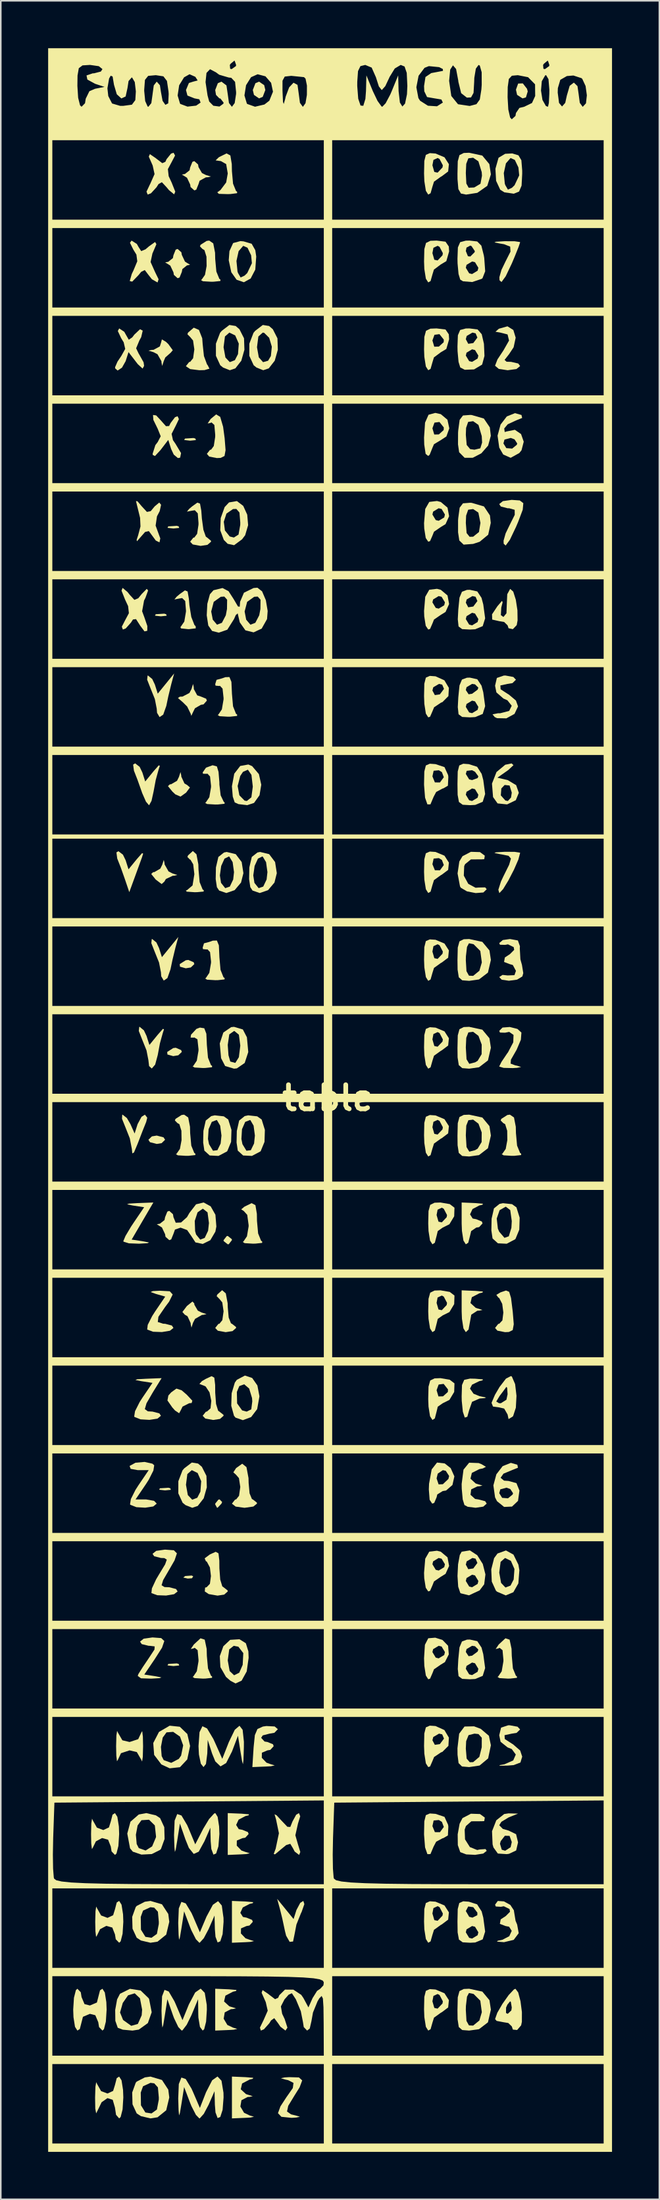
<source format=kicad_pcb>
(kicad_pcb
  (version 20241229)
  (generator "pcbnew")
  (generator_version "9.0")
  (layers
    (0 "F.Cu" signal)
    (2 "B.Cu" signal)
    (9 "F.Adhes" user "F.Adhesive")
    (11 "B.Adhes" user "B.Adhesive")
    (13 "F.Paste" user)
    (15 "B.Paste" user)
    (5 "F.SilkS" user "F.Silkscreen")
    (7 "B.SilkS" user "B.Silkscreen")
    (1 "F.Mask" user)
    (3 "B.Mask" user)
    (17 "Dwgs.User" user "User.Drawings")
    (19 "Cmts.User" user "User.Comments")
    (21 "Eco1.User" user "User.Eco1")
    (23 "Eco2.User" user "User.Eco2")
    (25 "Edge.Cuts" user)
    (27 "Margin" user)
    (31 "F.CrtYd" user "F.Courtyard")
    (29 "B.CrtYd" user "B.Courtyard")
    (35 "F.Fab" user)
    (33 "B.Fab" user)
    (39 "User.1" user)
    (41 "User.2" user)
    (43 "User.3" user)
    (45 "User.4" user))
  (footprint "table"
    (layer "F.Cu")
    (at 17.727 66.41)
    (property "Reference" "table" (at 0 0 0) (layer "F.SilkS") (effects (font (size 1.524 1.524) (thickness 0.3))))
    (attr board_only exclude_from_pos_files exclude_from_bom)
    (fp_poly (pts (xy -10.253 -30.602) (xy -10.219 -30.506) (xy -10.583 -30.469) (xy -10.959 -30.51) (xy -10.914 -30.602) (xy -10.372 -30.637)) (stroke (width 0) (type solid)) (fill yes) (layer "F.SilkS"))
    (fp_poly (pts (xy -9.988 24.696) (xy -9.955 24.792) (xy -10.319 24.829) (xy -10.694 24.787) (xy -10.649 24.696) (xy -10.108 24.661)) (stroke (width 0) (type solid)) (fill yes) (layer "F.SilkS"))
    (fp_poly (pts (xy -9.459 -36.159) (xy -9.426 -36.062) (xy -9.79 -36.025) (xy -10.165 -36.067) (xy -10.12 -36.159) (xy -9.579 -36.194)) (stroke (width 0) (type solid)) (fill yes) (layer "F.SilkS"))
    (fp_poly (pts (xy -9.459 35.808) (xy -9.426 35.905) (xy -9.79 35.942) (xy -10.165 35.9) (xy -10.12 35.808) (xy -9.579 35.773)) (stroke (width 0) (type solid)) (fill yes) (layer "F.SilkS"))
    (fp_poly (pts (xy -8.538 30.267) (xy -8.617 30.387) (xy -8.886 30.406) (xy -9.168 30.342) (xy -9.045 30.246) (xy -8.632 30.215)) (stroke (width 0) (type solid)) (fill yes) (layer "F.SilkS"))
    (fp_poly (pts (xy -8.401 -41.715) (xy -8.367 -41.618) (xy -8.731 -41.581) (xy -9.107 -41.623) (xy -9.062 -41.715) (xy -8.52 -41.75)) (stroke (width 0) (type solid)) (fill yes) (layer "F.SilkS"))
    (fp_poly (pts (xy -10.418 2.492) (xy -10.319 2.646) (xy -10.54 2.861) (xy -10.848 2.91) (xy -11.278 2.8) (xy -11.377 2.646) (xy -11.155 2.431) (xy -10.848 2.381)) (stroke (width 0) (type solid)) (fill yes) (layer "F.SilkS"))
    (fp_poly (pts (xy -9.3 -3.027) (xy -9.26 -2.91) (xy -9.483 -2.698) (xy -9.805 -2.646) (xy -10.171 -2.748) (xy -10.186 -2.91) (xy -9.804 -3.154) (xy -9.642 -3.175)) (stroke (width 0) (type solid)) (fill yes) (layer "F.SilkS"))
    (fp_poly (pts (xy -8.506 -8.583) (xy -8.467 -8.467) (xy -8.689 -8.254) (xy -9.011 -8.202) (xy -9.377 -8.304) (xy -9.393 -8.467) (xy -9.01 -8.71) (xy -8.848 -8.731)) (stroke (width 0) (type solid)) (fill yes) (layer "F.SilkS"))
    (fp_poly (pts (xy -6.706 25.562) (xy -6.747 25.665) (xy -6.985 25.917) (xy -7.027 25.929) (xy -7.141 25.724) (xy -7.144 25.665) (xy -6.94 25.41) (xy -6.864 25.4)) (stroke (width 0) (type solid)) (fill yes) (layer "F.SilkS"))
    (fp_poly (pts (xy -6.093 8.933) (xy -6.085 8.996) (xy -6.287 9.253) (xy -6.35 9.26) (xy -6.607 9.059) (xy -6.615 8.996) (xy -6.413 8.739) (xy -6.35 8.731)) (stroke (width 0) (type solid)) (fill yes) (layer "F.SilkS"))
    (fp_poly (pts (xy -4.042 -64.073) (xy -3.969 -63.765) (xy -4.134 -63.334) (xy -4.366 -63.235) (xy -4.689 -63.456) (xy -4.763 -63.765) (xy -4.597 -64.196) (xy -4.366 -64.294)) (stroke (width 0) (type solid)) (fill yes) (layer "F.SilkS"))
    (fp_poly (pts (xy 12.607 -63.844) (xy 12.653 -63.677) (xy 12.539 -63.299) (xy 12.323 -63.235) (xy 11.979 -63.458) (xy 11.906 -63.787) (xy 12.046 -64.175) (xy 12.341 -64.185)) (stroke (width 0) (type solid)) (fill yes) (layer "F.SilkS"))
    (fp_poly (pts (xy -9.273 18.494) (xy -8.95 18.771) (xy -8.594 19.152) (xy -8.636 19.3) (xy -8.794 19.315) (xy -9.213 19.527) (xy -9.307 19.723) (xy -9.429 19.948) (xy -9.691 19.772) (xy -9.863 19.579) (xy -10.17 19.139) (xy -10.111 18.825) (xy -9.934 18.627) (xy -9.603 18.388)) (stroke (width 0) (type solid)) (fill yes) (layer "F.SilkS"))
    (fp_poly (pts (xy -12.989 -15.39) (xy -12.818 -15.037) (xy -12.636 -14.464) (xy -12.114 -15.103) (xy -11.779 -15.485) (xy -11.708 -15.457) (xy -11.785 -15.214) (xy -12.014 -14.585) (xy -12.282 -13.851) (xy -12.587 -13.018) (xy -12.869 -13.851) (xy -13.129 -14.583) (xy -13.351 -15.147) (xy -13.402 -15.533) (xy -13.275 -15.61)) (stroke (width 0) (type solid)) (fill yes) (layer "F.SilkS"))
    (fp_poly (pts (xy -9.298 -20.416) (xy -9.291 -20.326) (xy -9.092 -19.896) (xy -8.922 -19.797) (xy -8.744 -19.642) (xy -8.988 -19.315) (xy -9.341 -19.064) (xy -9.669 -19.205) (xy -9.856 -19.381) (xy -10.138 -19.727) (xy -10.015 -19.841) (xy -9.941 -19.844) (xy -9.563 -20.063) (xy -9.443 -20.307) (xy -9.342 -20.616)) (stroke (width 0) (type solid)) (fill yes) (layer "F.SilkS"))
    (fp_poly (pts (xy -2.18 51.946) (xy -1.998 51.373) (xy -1.758 50.923) (xy -1.563 50.8) (xy -1.497 51) (xy -1.669 51.492) (xy -1.713 51.581) (xy -2 52.296) (xy -2.117 52.904) (xy -2.213 53.368) (xy -2.428 53.39) (xy -2.652 53) (xy -2.723 52.718) (xy -2.9 51.894) (xy -3.04 51.329) (xy -3.22 50.668)) (stroke (width 0) (type solid)) (fill yes) (layer "F.SilkS"))
    (fp_poly (pts (xy -10.263 -47.834) (xy -10.113 -47.691) (xy -9.832 -47.303) (xy -9.964 -47.146) (xy -10.304 -46.848) (xy -10.404 -46.617) (xy -10.503 -46.308) (xy -10.545 -46.512) (xy -10.553 -46.613) (xy -10.802 -47.05) (xy -11.046 -47.178) (xy -11.372 -47.279) (xy -11.185 -47.32) (xy -11.046 -47.33) (xy -10.654 -47.543) (xy -10.583 -47.757) (xy -10.521 -47.989)) (stroke (width 0) (type solid)) (fill yes) (layer "F.SilkS"))
    (fp_poly (pts (xy -9.924 -26.194) (xy -10.118 -25.397) (xy -10.241 -24.805) (xy -10.436 -24.251) (xy -10.669 -24.093) (xy -10.829 -24.365) (xy -10.848 -24.619) (xy -10.968 -25.236) (xy -11.252 -25.942) (xy -11.456 -26.463) (xy -11.428 -26.718) (xy -11.402 -26.723) (xy -11.133 -26.503) (xy -10.966 -26.15) (xy -10.784 -25.577) (xy -10.264 -26.216) (xy -9.745 -26.855)) (stroke (width 0) (type solid)) (fill yes) (layer "F.SilkS"))
    (fp_poly (pts (xy -9.66 -9.525) (xy -9.853 -8.728) (xy -9.977 -8.136) (xy -10.172 -7.582) (xy -10.404 -7.424) (xy -10.564 -7.696) (xy -10.583 -7.951) (xy -10.703 -8.568) (xy -10.987 -9.274) (xy -11.191 -9.794) (xy -11.163 -10.049) (xy -11.137 -10.054) (xy -10.868 -9.834) (xy -10.702 -9.481) (xy -10.52 -8.908) (xy -10 -9.547) (xy -9.48 -10.186)) (stroke (width 0) (type solid)) (fill yes) (layer "F.SilkS"))
    (fp_poly (pts (xy -11.75 7.788) (xy -12.437 8.961) (xy -11.709 9.071) (xy -11.334 9.144) (xy -11.438 9.19) (xy -11.972 9.221) (xy -12.61 9.198) (xy -12.948 9.094) (xy -12.965 9.057) (xy -12.828 8.732) (xy -12.483 8.152) (xy -12.305 7.884) (xy -11.646 6.914) (xy -12.372 6.804) (xy -12.729 6.731) (xy -12.604 6.684) (xy -12.08 6.654) (xy -11.062 6.615)) (stroke (width 0) (type solid)) (fill yes) (layer "F.SilkS"))
    (fp_poly (pts (xy -11.662 -4.278) (xy -11.495 -3.925) (xy -11.313 -3.352) (xy -10.791 -3.991) (xy -10.457 -4.371) (xy -10.389 -4.342) (xy -10.467 -4.101) (xy -10.646 -3.456) (xy -10.785 -2.712) (xy -10.948 -2.109) (xy -11.162 -1.861) (xy -11.333 -2.017) (xy -11.377 -2.394) (xy -11.497 -3.011) (xy -11.781 -3.717) (xy -11.985 -4.238) (xy -11.957 -4.493) (xy -11.931 -4.498)) (stroke (width 0) (type solid)) (fill yes) (layer "F.SilkS"))
    (fp_poly (pts (xy -10.356 -14.86) (xy -10.349 -14.77) (xy -10.101 -14.333) (xy -9.856 -14.205) (xy -9.547 -14.105) (xy -9.747 -14.06) (xy -9.836 -14.054) (xy -10.267 -13.854) (xy -10.365 -13.685) (xy -10.537 -13.531) (xy -10.911 -13.814) (xy -10.914 -13.817) (xy -11.197 -14.168) (xy -11.077 -14.284) (xy -11 -14.287) (xy -10.622 -14.507) (xy -10.501 -14.751) (xy -10.401 -15.06)) (stroke (width 0) (type solid)) (fill yes) (layer "F.SilkS"))
    (fp_poly (pts (xy -8.47 13) (xy -8.467 13.077) (xy -8.247 13.455) (xy -8.004 13.576) (xy -7.694 13.676) (xy -7.895 13.721) (xy -7.984 13.728) (xy -8.421 13.977) (xy -8.549 14.221) (xy -8.649 14.53) (xy -8.694 14.33) (xy -8.701 14.241) (xy -8.9 13.81) (xy -9.07 13.712) (xy -9.223 13.54) (xy -8.94 13.166) (xy -8.937 13.163) (xy -8.586 12.88)) (stroke (width 0) (type solid)) (fill yes) (layer "F.SilkS"))
    (fp_poly (pts (xy -11.449 1.252) (xy -11.517 1.521) (xy -11.742 2.079) (xy -12.03 2.825) (xy -12.063 2.91) (xy -12.288 3.447) (xy -12.396 3.51) (xy -12.424 3.228) (xy -12.554 2.557) (xy -12.839 1.839) (xy -13.049 1.317) (xy -13.035 1.063) (xy -13.012 1.058) (xy -12.74 1.271) (xy -12.515 1.654) (xy -12.249 2.249) (xy -12.06 1.654) (xy -11.811 1.192) (xy -11.596 1.058)) (stroke (width 0) (type solid)) (fill yes) (layer "F.SilkS"))
    (fp_poly (pts (xy 9.327 12.207) (xy 9.813 12.247) (xy 9.787 12.313) (xy 9.591 12.358) (xy 9.112 12.607) (xy 9.026 12.976) (xy 9.358 13.279) (xy 9.459 13.311) (xy 9.785 13.412) (xy 9.597 13.453) (xy 9.459 13.463) (xy 9.077 13.711) (xy 8.996 14.155) (xy 8.905 14.652) (xy 8.731 14.817) (xy 8.58 14.579) (xy 8.485 13.97) (xy 8.467 13.494) (xy 8.467 12.171)) (stroke (width 0) (type solid)) (fill yes) (layer "F.SilkS"))
    (fp_poly (pts (xy 11.816 -54.199) (xy 12.155 -54.149) (xy 12.171 -54.129) (xy 12.075 -53.843) (xy 11.832 -53.236) (xy 11.651 -52.806) (xy 11.258 -51.981) (xy 10.991 -51.617) (xy 10.865 -51.731) (xy 10.857 -51.924) (xy 10.988 -52.385) (xy 11.245 -52.917) (xy 11.56 -53.539) (xy 11.541 -53.858) (xy 11.149 -54.011) (xy 10.914 -54.05) (xy 10.541 -54.123) (xy 10.646 -54.169) (xy 11.179 -54.2)) (stroke (width 0) (type solid)) (fill yes) (layer "F.SilkS"))
    (fp_poly (pts (xy -13.307 40.151) (xy -13.025 40.638) (xy -12.568 40.746) (xy -12.022 40.567) (xy -11.828 40.151) (xy -11.768 40.057) (xy -11.726 40.414) (xy -11.714 41.01) (xy -11.731 41.688) (xy -11.776 41.981) (xy -11.828 41.87) (xy -12.11 41.383) (xy -12.568 41.275) (xy -13.113 41.454) (xy -13.307 41.87) (xy -13.368 41.964) (xy -13.409 41.607) (xy -13.422 41.01) (xy -13.404 40.333) (xy -13.359 40.04)) (stroke (width 0) (type solid)) (fill yes) (layer "F.SilkS"))
    (fp_poly (pts (xy -11.931 -20.947) (xy -11.76 -20.593) (xy -11.578 -20.02) (xy -11.056 -20.66) (xy -10.722 -21.04) (xy -10.653 -21.01) (xy -10.731 -20.77) (xy -10.91 -20.125) (xy -11.049 -19.381) (xy -11.178 -18.796) (xy -11.328 -18.523) (xy -11.341 -18.521) (xy -11.531 -18.744) (xy -11.771 -19.29) (xy -11.802 -19.381) (xy -12.064 -20.119) (xy -12.29 -20.698) (xy -12.292 -20.704) (xy -12.344 -21.089) (xy -12.217 -21.167)) (stroke (width 0) (type solid)) (fill yes) (layer "F.SilkS"))
    (fp_poly (pts (xy -9.287 -53.498) (xy -9.26 -53.336) (xy -9.06 -52.911) (xy -8.93 -52.827) (xy -8.735 -52.708) (xy -8.93 -52.673) (xy -9.224 -52.439) (xy -9.26 -52.255) (xy -9.403 -51.903) (xy -9.525 -51.858) (xy -9.763 -52.071) (xy -9.79 -52.233) (xy -9.99 -52.658) (xy -10.12 -52.741) (xy -10.315 -52.861) (xy -10.12 -52.896) (xy -9.826 -53.13) (xy -9.79 -53.314) (xy -9.647 -53.666) (xy -9.525 -53.71)) (stroke (width 0) (type solid)) (fill yes) (layer "F.SilkS"))
    (fp_poly (pts (xy -8.507 -26.001) (xy -8.497 -25.863) (xy -8.284 -25.47) (xy -8.07 -25.4) (xy -7.718 -25.257) (xy -7.673 -25.135) (xy -7.886 -24.897) (xy -8.05 -24.871) (xy -8.428 -24.652) (xy -8.549 -24.408) (xy -8.657 -24.173) (xy -8.701 -24.312) (xy -8.92 -24.76) (xy -9.194 -25.032) (xy -9.505 -25.301) (xy -9.385 -25.384) (xy -9.214 -25.392) (xy -8.779 -25.619) (xy -8.649 -25.863) (xy -8.548 -26.189)) (stroke (width 0) (type solid)) (fill yes) (layer "F.SilkS"))
    (fp_poly (pts (xy -6.828 -43.088) (xy -6.644 -42.46) (xy -6.547 -41.738) (xy -6.488 -40.981) (xy -6.555 -40.611) (xy -6.803 -40.491) (xy -7.044 -40.481) (xy -7.525 -40.576) (xy -7.673 -40.746) (xy -7.472 -41.003) (xy -7.408 -41.01) (xy -7.235 -41.243) (xy -7.146 -41.817) (xy -7.144 -41.952) (xy -7.198 -42.574) (xy -7.377 -42.736) (xy -7.474 -42.695) (xy -7.623 -42.673) (xy -7.433 -42.955) (xy -7.084 -43.243)) (stroke (width 0) (type solid)) (fill yes) (layer "F.SilkS"))
    (fp_poly (pts (xy -6.284 56.392) (xy -5.798 56.433) (xy -5.823 56.498) (xy -6.019 56.543) (xy -6.498 56.792) (xy -6.584 57.161) (xy -6.253 57.465) (xy -6.152 57.497) (xy -5.825 57.597) (xy -6.013 57.639) (xy -6.152 57.648) (xy -6.541 57.852) (xy -6.608 58.252) (xy -6.375 58.646) (xy -6.019 58.815) (xy -5.747 58.897) (xy -5.978 58.949) (xy -6.284 58.966) (xy -7.144 59.002) (xy -7.144 56.356)) (stroke (width 0) (type solid)) (fill yes) (layer "F.SilkS"))
    (fp_poly (pts (xy -5.226 61.949) (xy -4.739 61.989) (xy -4.765 62.055) (xy -4.961 62.099) (xy -5.44 62.349) (xy -5.526 62.717) (xy -5.194 63.021) (xy -5.093 63.053) (xy -4.767 63.154) (xy -4.955 63.195) (xy -5.093 63.205) (xy -5.483 63.408) (xy -5.55 63.808) (xy -5.317 64.203) (xy -4.961 64.372) (xy -4.689 64.453) (xy -4.92 64.505) (xy -5.226 64.522) (xy -6.085 64.558) (xy -6.085 61.913)) (stroke (width 0) (type solid)) (fill yes) (layer "F.SilkS"))
    (fp_poly (pts (xy 9.327 6.651) (xy 9.813 6.691) (xy 9.787 6.757) (xy 9.591 6.801) (xy 9.155 7.028) (xy 8.999 7.366) (xy 9.165 7.629) (xy 9.393 7.673) (xy 9.745 7.816) (xy 9.79 7.938) (xy 9.575 8.172) (xy 9.393 8.202) (xy 9.069 8.423) (xy 8.996 8.731) (xy 8.885 9.161) (xy 8.731 9.26) (xy 8.58 9.022) (xy 8.485 8.414) (xy 8.467 7.938) (xy 8.467 6.615)) (stroke (width 0) (type solid)) (fill yes) (layer "F.SilkS"))
    (fp_poly (pts (xy 11.477 12.266) (xy 11.595 12.656) (xy 11.695 13.458) (xy 11.706 13.56) (xy 11.768 14.317) (xy 11.702 14.686) (xy 11.455 14.807) (xy 11.212 14.817) (xy 10.731 14.722) (xy 10.583 14.552) (xy 10.785 14.295) (xy 10.848 14.287) (xy 11.048 14.072) (xy 11.108 13.576) (xy 11.037 13.029) (xy 10.845 12.658) (xy 10.782 12.621) (xy 10.665 12.457) (xy 10.925 12.301) (xy 11.276 12.183)) (stroke (width 0) (type solid)) (fill yes) (layer "F.SilkS"))
    (fp_poly (pts (xy 11.816 -15.57) (xy 12.155 -15.519) (xy 12.171 -15.5) (xy 12.059 -15.08) (xy 11.782 -14.444) (xy 11.431 -13.765) (xy 11.095 -13.214) (xy 10.864 -12.966) (xy 10.852 -12.965) (xy 10.791 -13.17) (xy 10.957 -13.692) (xy 11.107 -14.012) (xy 11.474 -14.751) (xy 11.59 -15.143) (xy 11.437 -15.319) (xy 10.997 -15.408) (xy 10.914 -15.421) (xy 10.541 -15.494) (xy 10.646 -15.54) (xy 11.179 -15.571)) (stroke (width 0) (type solid)) (fill yes) (layer "F.SilkS"))
    (fp_poly (pts (xy 12.149 -37.8) (xy 12.374 -37.627) (xy 12.336 -37.213) (xy 12.05 -36.454) (xy 11.916 -36.138) (xy 11.523 -35.312) (xy 11.256 -34.948) (xy 11.129 -35.063) (xy 11.122 -35.256) (xy 11.252 -35.716) (xy 11.509 -36.248) (xy 11.83 -36.89) (xy 11.826 -37.207) (xy 11.483 -37.304) (xy 11.377 -37.306) (xy 10.947 -37.417) (xy 10.848 -37.571) (xy 11.078 -37.757) (xy 11.632 -37.835) (xy 11.642 -37.835)) (stroke (width 0) (type solid)) (fill yes) (layer "F.SilkS"))
    (fp_poly (pts (xy -11.091 18.618) (xy -11.497 19.318) (xy -11.603 19.686) (xy -11.411 19.826) (xy -11.113 19.844) (xy -10.683 19.955) (xy -10.583 20.108) (xy -10.804 20.289) (xy -11.312 20.366) (xy -11.871 20.334) (xy -12.248 20.187) (xy -12.276 20.153) (xy -12.224 19.819) (xy -11.932 19.24) (xy -11.765 18.979) (xy -11.117 18.026) (xy -11.842 17.916) (xy -12.201 17.844) (xy -12.079 17.797) (xy -11.554 17.767) (xy -10.54 17.727)) (stroke (width 0) (type solid)) (fill yes) (layer "F.SilkS"))
    (fp_poly (pts (xy -8.855 1.236) (xy -8.742 1.822) (xy -8.731 2.227) (xy -8.66 3.016) (xy -8.471 3.478) (xy -8.401 3.529) (xy -8.405 3.615) (xy -8.831 3.66) (xy -8.996 3.662) (xy -9.512 3.631) (xy -9.636 3.554) (xy -9.591 3.529) (xy -9.38 3.225) (xy -9.276 2.669) (xy -9.286 2.076) (xy -9.414 1.662) (xy -9.541 1.587) (xy -9.699 1.425) (xy -9.657 1.323) (xy -9.274 1.079) (xy -9.113 1.058)) (stroke (width 0) (type solid)) (fill yes) (layer "F.SilkS"))
    (fp_poly (pts (xy -8.332 -15.415) (xy -8.212 -14.775) (xy -8.202 -14.442) (xy -8.13 -13.653) (xy -7.942 -13.19) (xy -7.871 -13.14) (xy -7.876 -13.057) (xy -8.301 -13.017) (xy -8.467 -13.016) (xy -8.948 -13.05) (xy -9.005 -13.122) (xy -8.93 -13.147) (xy -8.58 -13.444) (xy -8.467 -14.14) (xy -8.467 -14.175) (xy -8.538 -14.779) (xy -8.714 -15.075) (xy -8.747 -15.081) (xy -8.905 -15.243) (xy -8.864 -15.346) (xy -8.561 -15.621)) (stroke (width 0) (type solid)) (fill yes) (layer "F.SilkS"))
    (fp_poly (pts (xy -8.229 -59.054) (xy -8.202 -58.889) (xy -7.983 -58.511) (xy -7.739 -58.391) (xy -7.413 -58.29) (xy -7.601 -58.249) (xy -7.739 -58.239) (xy -8.132 -58.026) (xy -8.202 -57.811) (xy -8.345 -57.459) (xy -8.467 -57.415) (xy -8.705 -57.627) (xy -8.731 -57.789) (xy -8.931 -58.214) (xy -9.062 -58.298) (xy -9.257 -58.417) (xy -9.062 -58.452) (xy -8.768 -58.686) (xy -8.731 -58.87) (xy -8.588 -59.222) (xy -8.467 -59.267)) (stroke (width 0) (type solid)) (fill yes) (layer "F.SilkS"))
    (fp_poly (pts (xy -7.809 34.271) (xy -7.686 34.852) (xy -7.673 35.3) (xy -7.601 36.089) (xy -7.413 36.551) (xy -7.342 36.602) (xy -7.347 36.687) (xy -7.772 36.733) (xy -7.938 36.735) (xy -8.454 36.704) (xy -8.578 36.626) (xy -8.533 36.602) (xy -8.311 36.273) (xy -8.204 35.644) (xy -8.202 35.549) (xy -8.258 34.938) (xy -8.442 34.788) (xy -8.533 34.828) (xy -8.692 34.863) (xy -8.5 34.579) (xy -8.075 34.185)) (stroke (width 0) (type solid)) (fill yes) (layer "F.SilkS"))
    (fp_poly (pts (xy -7.268 -54.062) (xy -7.154 -53.476) (xy -7.144 -53.071) (xy -7.072 -52.282) (xy -6.883 -51.82) (xy -6.813 -51.769) (xy -6.818 -51.683) (xy -7.243 -51.638) (xy -7.408 -51.636) (xy -7.925 -51.667) (xy -8.049 -51.744) (xy -8.004 -51.769) (xy -7.792 -52.073) (xy -7.689 -52.629) (xy -7.698 -53.221) (xy -7.827 -53.636) (xy -7.953 -53.71) (xy -8.111 -53.873) (xy -8.07 -53.975) (xy -7.687 -54.218) (xy -7.525 -54.24)) (stroke (width 0) (type solid)) (fill yes) (layer "F.SilkS"))
    (fp_poly (pts (xy -6.185 -59.627) (xy -6.094 -59.08) (xy -6.085 -58.627) (xy -6.014 -57.838) (xy -5.825 -57.376) (xy -5.755 -57.325) (xy -5.76 -57.237) (xy -6.185 -57.184) (xy -6.35 -57.179) (xy -6.916 -57.196) (xy -7.014 -57.292) (xy -6.813 -57.436) (xy -6.45 -57.917) (xy -6.35 -58.486) (xy -6.45 -59.079) (xy -6.787 -59.27) (xy -6.813 -59.271) (xy -7.119 -59.314) (xy -6.93 -59.498) (xy -6.879 -59.531) (xy -6.426 -59.754)) (stroke (width 0) (type solid)) (fill yes) (layer "F.SilkS"))
    (fp_poly (pts (xy -5.49 45.28) (xy -5.004 45.32) (xy -5.029 45.386) (xy -5.226 45.43) (xy -5.661 45.657) (xy -5.818 45.995) (xy -5.652 46.258) (xy -5.424 46.302) (xy -5.072 46.445) (xy -5.027 46.567) (xy -5.241 46.801) (xy -5.424 46.831) (xy -5.774 46.98) (xy -5.78 47.303) (xy -5.484 47.611) (xy -5.226 47.703) (xy -4.954 47.784) (xy -5.185 47.836) (xy -5.49 47.854) (xy -6.35 47.89) (xy -6.35 45.244)) (stroke (width 0) (type solid)) (fill yes) (layer "F.SilkS"))
    (fp_poly (pts (xy -5.226 50.836) (xy -4.739 50.877) (xy -4.765 50.942) (xy -4.961 50.987) (xy -5.397 51.213) (xy -5.553 51.552) (xy -5.387 51.814) (xy -5.159 51.858) (xy -4.807 52.001) (xy -4.763 52.123) (xy -4.977 52.358) (xy -5.159 52.388) (xy -5.51 52.537) (xy -5.516 52.859) (xy -5.22 53.167) (xy -4.961 53.259) (xy -4.689 53.341) (xy -4.92 53.392) (xy -5.226 53.41) (xy -6.085 53.446) (xy -6.085 50.8)) (stroke (width 0) (type solid)) (fill yes) (layer "F.SilkS"))
    (fp_poly (pts (xy -4.597 6.783) (xy -4.506 7.33) (xy -4.498 7.783) (xy -4.426 8.572) (xy -4.238 9.035) (xy -4.167 9.085) (xy -4.172 9.171) (xy -4.597 9.216) (xy -4.763 9.219) (xy -5.279 9.187) (xy -5.403 9.11) (xy -5.358 9.085) (xy -5.134 8.756) (xy -5.028 8.129) (xy -5.027 8.048) (xy -5.115 7.398) (xy -5.348 7.14) (xy -5.358 7.14) (xy -5.496 7.048) (xy -5.292 6.879) (xy -4.838 6.656)) (stroke (width 0) (type solid)) (fill yes) (layer "F.SilkS"))
    (fp_poly (pts (xy 9.327 17.763) (xy 9.813 17.804) (xy 9.787 17.869) (xy 9.591 17.914) (xy 9.126 18.139) (xy 8.996 18.389) (xy 9.221 18.713) (xy 9.591 18.863) (xy 10.012 18.953) (xy 9.919 18.993) (xy 9.609 19.014) (xy 9.126 19.225) (xy 8.947 19.737) (xy 8.825 20.171) (xy 8.665 20.222) (xy 8.543 19.853) (xy 8.473 19.167) (xy 8.467 18.874) (xy 8.489 18.161) (xy 8.629 17.835) (xy 8.997 17.755)) (stroke (width 0) (type solid)) (fill yes) (layer "F.SilkS"))
    (fp_poly (pts (xy 11.505 34.271) (xy 11.628 34.852) (xy 11.642 35.3) (xy 11.713 36.089) (xy 11.902 36.551) (xy 11.972 36.602) (xy 11.968 36.687) (xy 11.542 36.733) (xy 11.377 36.735) (xy 10.861 36.704) (xy 10.737 36.626) (xy 10.782 36.602) (xy 11.004 36.273) (xy 11.111 35.644) (xy 11.113 35.549) (xy 11.057 34.938) (xy 10.873 34.788) (xy 10.782 34.828) (xy 10.622 34.863) (xy 10.814 34.579) (xy 11.239 34.185)) (stroke (width 0) (type solid)) (fill yes) (layer "F.SilkS"))
    (fp_poly (pts (xy 11.782 1.236) (xy 11.896 1.822) (xy 11.906 2.227) (xy 11.978 3.016) (xy 12.167 3.478) (xy 12.237 3.529) (xy 12.232 3.615) (xy 11.807 3.66) (xy 11.642 3.662) (xy 11.125 3.631) (xy 11.001 3.554) (xy 11.046 3.529) (xy 11.258 3.225) (xy 11.361 2.669) (xy 11.352 2.076) (xy 11.223 1.662) (xy 11.097 1.587) (xy 10.939 1.425) (xy 10.98 1.323) (xy 11.363 1.079) (xy 11.525 1.058)) (stroke (width 0) (type solid)) (fill yes) (layer "F.SilkS"))
    (fp_poly (pts (xy -10.024 12.23) (xy -9.838 12.434) (xy -10.065 12.89) (xy -10.319 13.229) (xy -10.742 13.846) (xy -10.782 14.174) (xy -10.438 14.285) (xy -10.319 14.287) (xy -9.889 14.398) (xy -9.79 14.552) (xy -10.012 14.727) (xy -10.521 14.811) (xy -11.081 14.791) (xy -11.453 14.652) (xy -11.419 14.356) (xy -11.139 13.802) (xy -10.964 13.528) (xy -10.311 12.568) (xy -10.91 12.396) (xy -11.235 12.279) (xy -11.098 12.22) (xy -10.649 12.197)) (stroke (width 0) (type solid)) (fill yes) (layer "F.SilkS"))
    (fp_poly (pts (xy -8.893 -32.041) (xy -8.812 -31.577) (xy -8.779 -31.173) (xy -8.659 -30.428) (xy -8.461 -29.922) (xy -8.382 -29.84) (xy -8.377 -29.708) (xy -8.804 -29.658) (xy -8.864 -29.658) (xy -9.314 -29.705) (xy -9.351 -29.798) (xy -9.327 -29.809) (xy -9.102 -30.138) (xy -8.997 -30.764) (xy -8.996 -30.838) (xy -9.045 -31.436) (xy -9.239 -31.625) (xy -9.459 -31.588) (xy -9.729 -31.535) (xy -9.589 -31.709) (xy -9.393 -31.874) (xy -9.061 -32.11)) (stroke (width 0) (type solid)) (fill yes) (layer "F.SilkS"))
    (fp_poly (pts (xy -7.837 -4.408) (xy -7.705 -4.061) (xy -7.673 -3.349) (xy -7.602 -2.548) (xy -7.415 -2.08) (xy -7.342 -2.027) (xy -7.347 -1.942) (xy -7.772 -1.896) (xy -7.938 -1.894) (xy -8.454 -1.925) (xy -8.578 -2.003) (xy -8.533 -2.027) (xy -8.311 -2.356) (xy -8.204 -2.985) (xy -8.202 -3.08) (xy -8.27 -3.708) (xy -8.475 -3.83) (xy -8.501 -3.815) (xy -8.703 -3.817) (xy -8.678 -3.998) (xy -8.338 -4.366) (xy -8.114 -4.451)) (stroke (width 0) (type solid)) (fill yes) (layer "F.SilkS"))
    (fp_poly (pts (xy -6.937 28.811) (xy -6.883 29.274) (xy -6.879 29.756) (xy -6.827 30.47) (xy -6.695 30.899) (xy -6.615 30.956) (xy -6.358 31.158) (xy -6.35 31.221) (xy -6.576 31.421) (xy -6.996 31.485) (xy -7.556 31.388) (xy -7.805 31.221) (xy -7.784 30.977) (xy -7.689 30.956) (xy -7.481 30.74) (xy -7.414 30.246) (xy -7.481 29.702) (xy -7.675 29.338) (xy -7.738 29.303) (xy -7.812 29.126) (xy -7.474 28.875) (xy -7.11 28.713)) (stroke (width 0) (type solid)) (fill yes) (layer "F.SilkS"))
    (fp_poly (pts (xy -1.841 61.967) (xy -1.634 62.153) (xy -1.799 62.597) (xy -2.117 63.103) (xy -2.519 63.763) (xy -2.595 64.123) (xy -2.337 64.304) (xy -2.051 64.372) (xy -1.779 64.453) (xy -2.01 64.505) (xy -2.315 64.522) (xy -2.951 64.458) (xy -3.169 64.228) (xy -3.013 63.799) (xy -2.646 63.235) (xy -2.229 62.64) (xy -2.185 62.313) (xy -2.521 62.141) (xy -2.712 62.099) (xy -2.984 62.018) (xy -2.753 61.966) (xy -2.447 61.949)) (stroke (width 0) (type solid)) (fill yes) (layer "F.SilkS"))
    (fp_poly (pts (xy 9.627 -15.553) (xy 9.933 -15.328) (xy 9.898 -15.105) (xy 9.75 -15.095) (xy 9.054 -15.09) (xy 8.685 -14.79) (xy 8.628 -14.665) (xy 8.603 -14.065) (xy 8.886 -13.546) (xy 9.349 -13.297) (xy 9.548 -13.312) (xy 9.957 -13.32) (xy 10.054 -13.204) (xy 9.843 -12.999) (xy 9.356 -12.961) (xy 8.808 -13.067) (xy 8.417 -13.295) (xy 8.363 -13.383) (xy 8.208 -14.203) (xy 8.32 -14.96) (xy 8.52 -15.293) (xy 9.053 -15.571)) (stroke (width 0) (type solid)) (fill yes) (layer "F.SilkS"))
    (fp_poly (pts (xy -11.122 23.139) (xy -11.008 23.239) (xy -11.06 23.572) (xy -11.353 24.152) (xy -11.531 24.43) (xy -12.19 25.4) (xy -11.519 25.4) (xy -11.017 25.489) (xy -10.848 25.665) (xy -11.069 25.845) (xy -11.576 25.922) (xy -12.136 25.89) (xy -12.513 25.743) (xy -12.54 25.709) (xy -12.487 25.376) (xy -12.195 24.796) (xy -12.017 24.518) (xy -11.358 23.548) (xy -12.045 23.548) (xy -12.501 23.465) (xy -12.568 23.283) (xy -12.195 23.078) (xy -11.617 23.027)) (stroke (width 0) (type solid)) (fill yes) (layer "F.SilkS"))
    (fp_poly (pts (xy -8.174 -48.587) (xy -7.967 -48.06) (xy -7.938 -47.678) (xy -7.859 -46.937) (xy -7.664 -46.409) (xy -7.62 -46.355) (xy -7.51 -46.136) (xy -7.823 -46.046) (xy -8.149 -46.038) (xy -8.729 -46.11) (xy -8.994 -46.285) (xy -8.996 -46.302) (xy -8.794 -46.559) (xy -8.731 -46.567) (xy -8.545 -46.797) (xy -8.467 -47.351) (xy -8.467 -47.36) (xy -8.548 -47.918) (xy -8.743 -48.154) (xy -8.747 -48.154) (xy -8.905 -48.316) (xy -8.864 -48.419) (xy -8.502 -48.73)) (stroke (width 0) (type solid)) (fill yes) (layer "F.SilkS"))
    (fp_poly (pts (xy -7.201 17.696) (xy -7.148 18.155) (xy -7.144 18.644) (xy -7.092 19.357) (xy -6.959 19.787) (xy -6.879 19.844) (xy -6.622 20.045) (xy -6.615 20.108) (xy -6.841 20.307) (xy -7.276 20.373) (xy -7.773 20.282) (xy -7.938 20.108) (xy -7.736 19.851) (xy -7.673 19.844) (xy -7.44 19.637) (xy -7.392 19.16) (xy -7.505 18.627) (xy -7.752 18.253) (xy -7.871 18.198) (xy -8.146 18.093) (xy -7.985 17.915) (xy -7.739 17.772) (xy -7.375 17.603)) (stroke (width 0) (type solid)) (fill yes) (layer "F.SilkS"))
    (fp_poly (pts (xy -7.037 -20.972) (xy -6.934 -20.627) (xy -6.881 -19.977) (xy -6.879 -19.822) (xy -6.799 -19.143) (xy -6.601 -18.73) (xy -6.548 -18.696) (xy -6.553 -18.61) (xy -6.978 -18.565) (xy -7.144 -18.563) (xy -7.66 -18.594) (xy -7.784 -18.671) (xy -7.739 -18.696) (xy -7.517 -19.025) (xy -7.41 -19.654) (xy -7.408 -19.749) (xy -7.472 -20.339) (xy -7.641 -20.52) (xy -7.673 -20.505) (xy -7.917 -20.51) (xy -7.938 -20.594) (xy -7.727 -20.895) (xy -7.308 -21.047)) (stroke (width 0) (type solid)) (fill yes) (layer "F.SilkS"))
    (fp_poly (pts (xy -6.473 12.365) (xy -6.356 12.992) (xy -6.35 13.229) (xy -6.291 13.892) (xy -6.145 14.261) (xy -6.085 14.287) (xy -5.829 14.489) (xy -5.821 14.552) (xy -6.047 14.751) (xy -6.482 14.817) (xy -6.98 14.726) (xy -7.144 14.552) (xy -6.942 14.295) (xy -6.879 14.287) (xy -6.693 14.058) (xy -6.615 13.504) (xy -6.615 13.494) (xy -6.696 12.937) (xy -6.891 12.7) (xy -6.895 12.7) (xy -7.053 12.538) (xy -7.011 12.435) (xy -6.706 12.162)) (stroke (width 0) (type solid)) (fill yes) (layer "F.SilkS"))
    (fp_poly (pts (xy 9.627 45.302) (xy 9.933 45.526) (xy 9.898 45.749) (xy 9.75 45.759) (xy 9.079 45.763) (xy 8.737 46.064) (xy 8.658 46.29) (xy 8.681 46.906) (xy 8.988 47.393) (xy 9.45 47.579) (xy 9.619 47.544) (xy 9.983 47.52) (xy 10.054 47.633) (xy 9.832 47.805) (xy 9.322 47.884) (xy 8.76 47.857) (xy 8.381 47.715) (xy 8.378 47.713) (xy 8.224 47.272) (xy 8.216 46.587) (xy 8.337 45.917) (xy 8.52 45.561) (xy 9.053 45.283)) (stroke (width 0) (type solid)) (fill yes) (layer "F.SilkS"))
    (fp_poly (pts (xy 11.735 -32.032) (xy 11.897 -31.521) (xy 12 -30.853) (xy 12.01 -30.214) (xy 11.956 -29.914) (xy 11.711 -29.656) (xy 11.438 -29.715) (xy 11.377 -29.898) (xy 11.155 -30.113) (xy 10.848 -30.163) (xy 10.402 -30.263) (xy 10.391 -30.595) (xy 10.729 -31.104) (xy 11.024 -31.449) (xy 11.062 -31.354) (xy 10.976 -31.022) (xy 10.951 -30.545) (xy 11.112 -30.427) (xy 11.305 -30.66) (xy 11.328 -31.261) (xy 11.355 -31.868) (xy 11.534 -32.194) (xy 11.547 -32.199)) (stroke (width 0) (type solid)) (fill yes) (layer "F.SilkS"))
    (fp_poly (pts (xy -13.343 45.482) (xy -13.247 46.09) (xy -13.229 46.567) (xy -13.277 47.321) (xy -13.398 47.8) (xy -13.494 47.89) (xy -13.709 47.668) (xy -13.758 47.36) (xy -13.929 46.928) (xy -14.31 46.822) (xy -14.702 47.031) (xy -14.895 47.427) (xy -14.955 47.52) (xy -14.997 47.163) (xy -15.009 46.567) (xy -14.992 45.889) (xy -14.947 45.596) (xy -14.895 45.707) (xy -14.638 46.164) (xy -14.232 46.316) (xy -13.876 46.15) (xy -13.758 45.773) (xy -13.648 45.343) (xy -13.494 45.244)) (stroke (width 0) (type solid)) (fill yes) (layer "F.SilkS"))
    (fp_poly (pts (xy -13.078 51.038) (xy -12.982 51.646) (xy -12.965 52.123) (xy -13.012 52.878) (xy -13.134 53.357) (xy -13.229 53.446) (xy -13.444 53.224) (xy -13.494 52.917) (xy -13.664 52.484) (xy -14.045 52.379) (xy -14.438 52.588) (xy -14.63 52.983) (xy -14.69 53.076) (xy -14.732 52.719) (xy -14.745 52.123) (xy -14.727 51.445) (xy -14.682 51.153) (xy -14.63 51.263) (xy -14.373 51.72) (xy -13.968 51.872) (xy -13.611 51.706) (xy -13.494 51.329) (xy -13.383 50.899) (xy -13.229 50.8)) (stroke (width 0) (type solid)) (fill yes) (layer "F.SilkS"))
    (fp_poly (pts (xy -13.078 62.15) (xy -12.982 62.759) (xy -12.965 63.235) (xy -13.012 63.99) (xy -13.134 64.469) (xy -13.229 64.558) (xy -13.426 64.331) (xy -13.494 63.877) (xy -13.637 63.382) (xy -13.968 63.275) (xy -14.341 63.536) (xy -14.58 64.031) (xy -14.685 64.241) (xy -14.742 63.938) (xy -14.754 63.235) (xy -14.732 62.558) (xy -14.683 62.265) (xy -14.63 62.376) (xy -14.373 62.833) (xy -13.968 62.984) (xy -13.611 62.819) (xy -13.494 62.442) (xy -13.383 62.012) (xy -13.229 61.913)) (stroke (width 0) (type solid)) (fill yes) (layer "F.SilkS"))
    (fp_poly (pts (xy -10.565 34.172) (xy -10.368 34.358) (xy -10.513 34.779) (xy -10.978 35.508) (xy -11.637 36.478) (xy -10.912 36.588) (xy -10.55 36.66) (xy -10.668 36.707) (xy -11.194 36.737) (xy -11.849 36.716) (xy -12.051 36.565) (xy -12.011 36.446) (xy -11.732 36.005) (xy -11.324 35.4) (xy -11.316 35.388) (xy -10.992 34.894) (xy -10.98 34.697) (xy -11.287 34.661) (xy -11.359 34.66) (xy -11.799 34.553) (xy -11.906 34.396) (xy -11.676 34.21) (xy -11.122 34.131) (xy -11.113 34.131)) (stroke (width 0) (type solid)) (fill yes) (layer "F.SilkS"))
    (fp_poly (pts (xy -8.107 -37.6) (xy -8.026 -37.154) (xy -7.989 -36.658) (xy -7.892 -35.943) (xy -7.739 -35.512) (xy -7.658 -35.454) (xy -7.415 -35.252) (xy -7.408 -35.19) (xy -7.635 -34.991) (xy -8.07 -34.925) (xy -8.567 -35.016) (xy -8.731 -35.19) (xy -8.53 -35.446) (xy -8.467 -35.454) (xy -8.291 -35.687) (xy -8.204 -36.258) (xy -8.202 -36.372) (xy -8.249 -36.981) (xy -8.436 -37.18) (xy -8.665 -37.144) (xy -8.935 -37.091) (xy -8.795 -37.266) (xy -8.599 -37.43) (xy -8.274 -37.662)) (stroke (width 0) (type solid)) (fill yes) (layer "F.SilkS"))
    (fp_poly (pts (xy -1.759 45.446) (xy -1.9 45.905) (xy -2.067 46.646) (xy -1.9 47.228) (xy -1.754 47.703) (xy -1.829 47.89) (xy -2.109 47.678) (xy -2.226 47.457) (xy -2.389 47.187) (xy -2.65 47.267) (xy -2.961 47.523) (xy -3.356 47.854) (xy -3.438 47.828) (xy -3.314 47.493) (xy -3.109 46.519) (xy -3.291 45.641) (xy -3.386 45.319) (xy -3.258 45.38) (xy -2.952 45.712) (xy -2.573 46.11) (xy -2.388 46.122) (xy -2.251 45.778) (xy -2.016 45.348) (xy -1.84 45.244)) (stroke (width 0) (type solid)) (fill yes) (layer "F.SilkS"))
    (fp_poly (pts (xy -12.064 -37.744) (xy -11.807 -37.439) (xy -11.47 -37.075) (xy -11.232 -37.121) (xy -10.98 -37.423) (xy -10.689 -37.667) (xy -10.573 -37.526) (xy -10.661 -37.124) (xy -10.834 -36.791) (xy -10.919 -36.207) (xy -10.812 -35.917) (xy -10.623 -35.399) (xy -10.675 -35.147) (xy -10.909 -35.264) (xy -11.065 -35.477) (xy -11.349 -35.861) (xy -11.584 -35.807) (xy -11.814 -35.546) (xy -12.101 -35.216) (xy -12.121 -35.311) (xy -12.029 -35.586) (xy -11.878 -36.155) (xy -11.903 -36.697) (xy -12.052 -37.306) (xy -12.164 -37.761)) (stroke (width 0) (type solid)) (fill yes) (layer "F.SilkS"))
    (fp_poly (pts (xy -6.912 -9.653) (xy -6.879 -8.927) (xy -6.879 -8.914) (xy -6.809 -8.107) (xy -6.622 -7.637) (xy -6.548 -7.584) (xy -6.553 -7.498) (xy -6.978 -7.452) (xy -7.144 -7.45) (xy -7.66 -7.481) (xy -7.784 -7.559) (xy -7.739 -7.584) (xy -7.517 -7.913) (xy -7.41 -8.541) (xy -7.408 -8.637) (xy -7.472 -9.227) (xy -7.641 -9.407) (xy -7.673 -9.393) (xy -7.917 -9.414) (xy -7.938 -9.509) (xy -7.856 -9.78) (xy -7.827 -9.79) (xy -7.516 -9.872) (xy -7.298 -9.95) (xy -7.037 -9.959)) (stroke (width 0) (type solid)) (fill yes) (layer "F.SilkS"))
    (fp_poly (pts (xy -6.118 -26.322) (xy -6.085 -25.596) (xy -6.085 -25.583) (xy -6.015 -24.776) (xy -5.828 -24.306) (xy -5.755 -24.252) (xy -5.759 -24.167) (xy -6.185 -24.121) (xy -6.35 -24.119) (xy -6.866 -24.15) (xy -6.99 -24.228) (xy -6.945 -24.252) (xy -6.723 -24.581) (xy -6.616 -25.21) (xy -6.615 -25.305) (xy -6.679 -25.896) (xy -6.847 -26.076) (xy -6.879 -26.061) (xy -7.123 -26.082) (xy -7.144 -26.178) (xy -7.062 -26.448) (xy -7.033 -26.458) (xy -6.722 -26.541) (xy -6.504 -26.619) (xy -6.244 -26.628)) (stroke (width 0) (type solid)) (fill yes) (layer "F.SilkS"))
    (fp_poly (pts (xy -5.164 23.357) (xy -5.035 24.047) (xy -5.027 24.357) (xy -4.968 25.014) (xy -4.819 25.376) (xy -4.763 25.4) (xy -4.506 25.601) (xy -4.498 25.665) (xy -4.728 25.85) (xy -5.282 25.929) (xy -5.292 25.929) (xy -5.849 25.853) (xy -6.085 25.668) (xy -6.085 25.665) (xy -5.884 25.408) (xy -5.821 25.4) (xy -5.635 25.17) (xy -5.556 24.616) (xy -5.556 24.606) (xy -5.642 24.049) (xy -5.849 23.813) (xy -5.853 23.812) (xy -5.995 23.687) (xy -5.823 23.419) (xy -5.433 23.14)) (stroke (width 0) (type solid)) (fill yes) (layer "F.SilkS"))
    (fp_poly (pts (xy -3.378 39.763) (xy -3.175 39.935) (xy -3.396 40.164) (xy -3.704 40.217) (xy -4.134 40.327) (xy -4.233 40.481) (xy -4.019 40.716) (xy -3.836 40.746) (xy -3.484 40.889) (xy -3.44 41.01) (xy -3.654 41.245) (xy -3.836 41.275) (xy -4.187 41.424) (xy -4.193 41.746) (xy -3.897 42.054) (xy -3.638 42.147) (xy -3.374 42.228) (xy -3.618 42.28) (xy -3.917 42.297) (xy -4.791 42.333) (xy -4.711 41.077) (xy -4.633 40.31) (xy -4.468 39.924) (xy -4.126 39.769) (xy -3.903 39.736)) (stroke (width 0) (type solid)) (fill yes) (layer "F.SilkS"))
    (fp_poly (pts (xy 7.146 -43.259) (xy 7.567 -42.906) (xy 7.685 -42.361) (xy 7.5 -41.848) (xy 7.144 -41.616) (xy 6.714 -41.357) (xy 6.615 -41.127) (xy 6.44 -40.69) (xy 6.35 -40.614) (xy 6.186 -40.744) (xy 6.097 -41.332) (xy 6.085 -41.773) (xy 6.125 -42.364) (xy 6.615 -42.364) (xy 6.732 -41.97) (xy 7.023 -41.977) (xy 7.328 -42.253) (xy 7.337 -42.416) (xy 7.06 -42.764) (xy 6.745 -42.723) (xy 6.615 -42.364) (xy 6.125 -42.364) (xy 6.148 -42.722) (xy 6.369 -43.221) (xy 6.795 -43.337)) (stroke (width 0) (type solid)) (fill yes) (layer "F.SilkS"))
    (fp_poly (pts (xy 11.741 -48.584) (xy 11.889 -48.098) (xy 11.759 -47.489) (xy 11.468 -47.051) (xy 11.186 -46.692) (xy 11.312 -46.576) (xy 11.601 -46.567) (xy 12.052 -46.463) (xy 12.171 -46.302) (xy 11.941 -46.116) (xy 11.387 -46.038) (xy 11.377 -46.038) (xy 10.82 -46.121) (xy 10.583 -46.323) (xy 10.583 -46.326) (xy 10.735 -46.721) (xy 11.1 -47.272) (xy 11.109 -47.284) (xy 11.469 -47.915) (xy 11.375 -48.302) (xy 10.898 -48.423) (xy 10.61 -48.472) (xy 10.823 -48.662) (xy 10.824 -48.663) (xy 11.369 -48.816)) (stroke (width 0) (type solid)) (fill yes) (layer "F.SilkS"))
    (fp_poly (pts (xy 11.749 28.89) (xy 12.063 29.53) (xy 12.123 29.876) (xy 12.059 30.712) (xy 11.741 31.271) (xy 11.26 31.472) (xy 10.71 31.237) (xy 10.636 31.168) (xy 10.376 30.6) (xy 10.351 30.03) (xy 10.848 30.03) (xy 10.965 30.681) (xy 11.241 30.972) (xy 11.562 30.851) (xy 11.762 30.464) (xy 11.811 29.802) (xy 11.585 29.284) (xy 11.216 29.104) (xy 10.935 29.35) (xy 10.848 30.03) (xy 10.351 30.03) (xy 10.342 29.827) (xy 10.523 29.115) (xy 10.738 28.821) (xy 11.274 28.629)) (stroke (width 0) (type solid)) (fill yes) (layer "F.SilkS"))
    (fp_poly (pts (xy 12.007 39.778) (xy 12.171 39.952) (xy 11.949 40.167) (xy 11.642 40.217) (xy 11.184 40.315) (xy 11.199 40.558) (xy 11.68 40.869) (xy 11.708 40.882) (xy 12.174 41.284) (xy 12.303 41.672) (xy 12.19 42.044) (xy 11.761 42.208) (xy 11.377 42.238) (xy 10.87 42.248) (xy 10.876 42.211) (xy 11.179 42.155) (xy 11.732 41.913) (xy 11.896 41.54) (xy 11.641 41.193) (xy 11.377 41.087) (xy 10.933 40.733) (xy 10.848 40.318) (xy 10.965 39.836) (xy 11.414 39.689) (xy 11.509 39.688)) (stroke (width 0) (type solid)) (fill yes) (layer "F.SilkS"))
    (fp_poly (pts (xy -9.763 28.617) (xy -9.57 28.811) (xy -9.72 29.257) (xy -10.055 29.838) (xy -10.441 30.5) (xy -10.542 30.831) (xy -10.358 30.944) (xy -10.054 30.956) (xy -9.624 31.067) (xy -9.525 31.221) (xy -9.747 31.395) (xy -10.257 31.48) (xy -10.815 31.461) (xy -11.186 31.324) (xy -11.154 31.026) (xy -10.889 30.457) (xy -10.697 30.133) (xy -10.317 29.507) (xy -10.211 29.206) (xy -10.368 29.111) (xy -10.58 29.104) (xy -11.012 28.994) (xy -11.113 28.84) (xy -10.883 28.654) (xy -10.329 28.575) (xy -10.319 28.575)) (stroke (width 0) (type solid)) (fill yes) (layer "F.SilkS"))
    (fp_poly (pts (xy -9.387 39.781) (xy -8.91 40.241) (xy -8.735 40.997) (xy -8.915 41.848) (xy -9.378 42.34) (xy -10.027 42.41) (xy -10.553 42.166) (xy -11.012 41.562) (xy -11.051 41.055) (xy -10.582 41.055) (xy -10.536 41.637) (xy -10.407 41.892) (xy -9.93 42.064) (xy -9.45 41.814) (xy -9.305 41.606) (xy -9.174 40.958) (xy -9.374 40.405) (xy -9.808 40.104) (xy -10.229 40.137) (xy -10.47 40.467) (xy -10.582 41.055) (xy -11.051 41.055) (xy -11.069 40.809) (xy -10.711 40.118) (xy -10.697 40.103) (xy -10.028 39.714)) (stroke (width 0) (type solid)) (fill yes) (layer "F.SilkS"))
    (fp_poly (pts (xy -8.231 23.13) (xy -7.99 23.336) (xy -7.7 23.909) (xy -7.675 24.633) (xy -7.872 25.328) (xy -8.25 25.812) (xy -8.599 25.929) (xy -9.026 25.759) (xy -9.207 25.612) (xy -9.481 25.019) (xy -9.48 24.474) (xy -8.996 24.474) (xy -8.879 25.124) (xy -8.602 25.416) (xy -8.281 25.295) (xy -8.082 24.908) (xy -8.032 24.245) (xy -8.258 23.728) (xy -8.627 23.548) (xy -8.909 23.794) (xy -8.996 24.474) (xy -9.48 24.474) (xy -9.48 24.248) (xy -9.217 23.563) (xy -9.109 23.435) (xy -8.626 23.066)) (stroke (width 0) (type solid)) (fill yes) (layer "F.SilkS"))
    (fp_poly (pts (xy -5.849 -48.836) (xy -5.609 -48.63) (xy -5.319 -48.058) (xy -5.294 -47.333) (xy -5.491 -46.639) (xy -5.868 -46.155) (xy -6.218 -46.038) (xy -6.645 -46.207) (xy -6.826 -46.355) (xy -7.099 -46.948) (xy -7.099 -47.493) (xy -6.615 -47.493) (xy -6.497 -46.842) (xy -6.221 -46.551) (xy -5.9 -46.672) (xy -5.7 -47.059) (xy -5.651 -47.721) (xy -5.877 -48.239) (xy -6.246 -48.419) (xy -6.527 -48.173) (xy -6.615 -47.493) (xy -7.099 -47.493) (xy -7.099 -47.719) (xy -6.836 -48.404) (xy -6.728 -48.532) (xy -6.244 -48.901)) (stroke (width 0) (type solid)) (fill yes) (layer "F.SilkS"))
    (fp_poly (pts (xy 6.813 -26.674) (xy 7.373 -26.421) (xy 7.658 -25.943) (xy 7.628 -25.421) (xy 7.247 -25.041) (xy 7.159 -25.008) (xy 6.722 -24.716) (xy 6.615 -24.456) (xy 6.466 -24.116) (xy 6.35 -24.077) (xy 6.2 -24.315) (xy 6.104 -24.925) (xy 6.085 -25.418) (xy 6.093 -25.775) (xy 6.615 -25.775) (xy 6.769 -25.485) (xy 7.086 -25.531) (xy 7.348 -25.88) (xy 7.233 -26.149) (xy 7.034 -26.194) (xy 6.669 -25.981) (xy 6.615 -25.775) (xy 6.093 -25.775) (xy 6.102 -26.205) (xy 6.199 -26.59) (xy 6.45 -26.7)) (stroke (width 0) (type solid)) (fill yes) (layer "F.SilkS"))
    (fp_poly (pts (xy 6.813 -15.562) (xy 7.379 -15.325) (xy 7.659 -14.888) (xy 7.612 -14.427) (xy 7.194 -14.113) (xy 7.165 -14.105) (xy 6.715 -13.781) (xy 6.615 -13.463) (xy 6.498 -13.05) (xy 6.35 -12.965) (xy 6.2 -13.203) (xy 6.104 -13.812) (xy 6.085 -14.305) (xy 6.095 -14.786) (xy 6.615 -14.786) (xy 6.771 -14.406) (xy 7.092 -14.402) (xy 7.337 -14.734) (xy 7.215 -15.056) (xy 7.023 -15.173) (xy 6.693 -15.143) (xy 6.615 -14.786) (xy 6.095 -14.786) (xy 6.102 -15.093) (xy 6.199 -15.478) (xy 6.45 -15.587)) (stroke (width 0) (type solid)) (fill yes) (layer "F.SilkS"))
    (fp_poly (pts (xy 6.813 39.736) (xy 7.373 39.989) (xy 7.658 40.468) (xy 7.628 40.989) (xy 7.247 41.37) (xy 7.159 41.402) (xy 6.722 41.695) (xy 6.615 41.954) (xy 6.466 42.295) (xy 6.35 42.333) (xy 6.2 42.095) (xy 6.104 41.486) (xy 6.085 40.993) (xy 6.093 40.636) (xy 6.615 40.636) (xy 6.769 40.925) (xy 7.086 40.879) (xy 7.348 40.531) (xy 7.233 40.261) (xy 7.034 40.217) (xy 6.669 40.43) (xy 6.615 40.636) (xy 6.093 40.636) (xy 6.102 40.205) (xy 6.199 39.82) (xy 6.45 39.711)) (stroke (width 0) (type solid)) (fill yes) (layer "F.SilkS"))
    (fp_poly (pts (xy 7.146 -37.702) (xy 7.572 -37.345) (xy 7.672 -36.802) (xy 7.447 -36.302) (xy 7.144 -36.116) (xy 6.715 -35.822) (xy 6.615 -35.569) (xy 6.466 -35.228) (xy 6.35 -35.19) (xy 6.191 -35.426) (xy 6.097 -36.023) (xy 6.085 -36.365) (xy 6.131 -36.909) (xy 6.615 -36.909) (xy 6.826 -36.559) (xy 7.011 -36.513) (xy 7.362 -36.724) (xy 7.408 -36.909) (xy 7.197 -37.26) (xy 7.011 -37.306) (xy 6.661 -37.094) (xy 6.615 -36.909) (xy 6.131 -36.909) (xy 6.16 -37.261) (xy 6.416 -37.707) (xy 6.904 -37.765)) (stroke (width 0) (type solid)) (fill yes) (layer "F.SilkS"))
    (fp_poly (pts (xy 7.146 -32.146) (xy 7.572 -31.789) (xy 7.672 -31.246) (xy 7.447 -30.746) (xy 7.144 -30.559) (xy 6.715 -30.265) (xy 6.615 -30.012) (xy 6.466 -29.672) (xy 6.35 -29.633) (xy 6.191 -29.87) (xy 6.097 -30.467) (xy 6.085 -30.808) (xy 6.131 -31.353) (xy 6.615 -31.353) (xy 6.826 -31.002) (xy 7.011 -30.956) (xy 7.362 -31.168) (xy 7.408 -31.353) (xy 7.197 -31.704) (xy 7.011 -31.75) (xy 6.661 -31.538) (xy 6.615 -31.353) (xy 6.131 -31.353) (xy 6.16 -31.705) (xy 6.416 -32.151) (xy 6.904 -32.209)) (stroke (width 0) (type solid)) (fill yes) (layer "F.SilkS"))
    (fp_poly (pts (xy 7.146 28.708) (xy 7.572 29.065) (xy 7.672 29.608) (xy 7.447 30.108) (xy 7.144 30.295) (xy 6.715 30.589) (xy 6.615 30.842) (xy 6.466 31.182) (xy 6.35 31.221) (xy 6.191 30.985) (xy 6.097 30.388) (xy 6.085 30.046) (xy 6.131 29.501) (xy 6.615 29.501) (xy 6.826 29.852) (xy 7.011 29.898) (xy 7.362 29.686) (xy 7.408 29.501) (xy 7.197 29.15) (xy 7.011 29.104) (xy 6.661 29.316) (xy 6.615 29.501) (xy 6.131 29.501) (xy 6.16 29.149) (xy 6.416 28.703) (xy 6.904 28.645)) (stroke (width 0) (type solid)) (fill yes) (layer "F.SilkS"))
    (fp_poly (pts (xy 7.254 34.292) (xy 7.608 34.658) (xy 7.653 35.203) (xy 7.407 35.691) (xy 7.144 35.851) (xy 6.715 36.145) (xy 6.615 36.398) (xy 6.466 36.739) (xy 6.35 36.777) (xy 6.199 36.539) (xy 6.103 35.931) (xy 6.085 35.454) (xy 6.11 35.057) (xy 6.615 35.057) (xy 6.826 35.408) (xy 7.011 35.454) (xy 7.362 35.242) (xy 7.408 35.057) (xy 7.197 34.707) (xy 7.011 34.66) (xy 6.661 34.872) (xy 6.615 35.057) (xy 6.11 35.057) (xy 6.14 34.594) (xy 6.352 34.183) (xy 6.796 34.146)) (stroke (width 0) (type solid)) (fill yes) (layer "F.SilkS"))
    (fp_poly (pts (xy 7.395 23.123) (xy 7.773 23.421) (xy 8.006 23.942) (xy 7.884 24.487) (xy 7.482 24.835) (xy 7.267 24.871) (xy 6.924 25.083) (xy 6.879 25.268) (xy 6.729 25.62) (xy 6.6 25.665) (xy 6.439 25.422) (xy 6.388 24.765) (xy 6.402 24.41) (xy 6.464 24.069) (xy 6.879 24.069) (xy 7.007 24.448) (xy 7.276 24.437) (xy 7.628 24.104) (xy 7.673 23.916) (xy 7.461 23.59) (xy 7.276 23.548) (xy 6.953 23.768) (xy 6.879 24.069) (xy 6.464 24.069) (xy 6.568 23.501) (xy 6.907 23.067)) (stroke (width 0) (type solid)) (fill yes) (layer "F.SilkS"))
    (fp_poly (pts (xy 7.445 -48.614) (xy 7.653 -48.31) (xy 7.673 -47.997) (xy 7.496 -47.383) (xy 7.144 -47.172) (xy 6.711 -46.849) (xy 6.615 -46.536) (xy 6.498 -46.123) (xy 6.35 -46.038) (xy 6.199 -46.275) (xy 6.103 -46.884) (xy 6.085 -47.36) (xy 6.098 -47.92) (xy 6.615 -47.92) (xy 6.732 -47.526) (xy 7.023 -47.534) (xy 7.328 -47.809) (xy 7.337 -47.972) (xy 7.06 -48.321) (xy 6.745 -48.279) (xy 6.615 -47.92) (xy 6.098 -47.92) (xy 6.103 -48.144) (xy 6.209 -48.534) (xy 6.487 -48.668) (xy 6.879 -48.683)) (stroke (width 0) (type solid)) (fill yes) (layer "F.SilkS"))
    (fp_poly (pts (xy 7.713 17.828) (xy 8.012 18.058) (xy 7.994 18.601) (xy 7.693 19.102) (xy 7.267 19.315) (xy 6.953 19.535) (xy 6.879 19.844) (xy 6.768 20.274) (xy 6.615 20.373) (xy 6.464 20.135) (xy 6.368 19.527) (xy 6.35 19.05) (xy 6.363 18.49) (xy 6.879 18.49) (xy 6.997 18.884) (xy 7.287 18.877) (xy 7.593 18.601) (xy 7.601 18.439) (xy 7.325 18.09) (xy 7.01 18.131) (xy 6.879 18.49) (xy 6.363 18.49) (xy 6.368 18.267) (xy 6.475 17.876) (xy 6.75 17.742) (xy 7.122 17.727)) (stroke (width 0) (type solid)) (fill yes) (layer "F.SilkS"))
    (fp_poly (pts (xy 11.144 50.83) (xy 11.55 51.052) (xy 11.777 51.397) (xy 11.784 51.462) (xy 11.882 52.058) (xy 11.983 52.298) (xy 12.081 52.842) (xy 11.764 53.263) (xy 11.15 53.41) (xy 10.701 53.374) (xy 10.758 53.319) (xy 11.046 53.259) (xy 11.482 53.033) (xy 11.639 52.694) (xy 11.472 52.432) (xy 11.245 52.388) (xy 10.888 52.252) (xy 10.939 51.967) (xy 11.262 51.756) (xy 11.53 51.486) (xy 11.499 51.313) (xy 11.137 51.137) (xy 10.953 51.171) (xy 10.63 51.153) (xy 10.583 51.038) (xy 10.756 50.802)) (stroke (width 0) (type solid)) (fill yes) (layer "F.SilkS"))
    (fp_poly (pts (xy 11.742 -26.632) (xy 11.906 -26.458) (xy 11.685 -26.243) (xy 11.377 -26.194) (xy 10.92 -26.096) (xy 10.935 -25.853) (xy 11.415 -25.541) (xy 11.443 -25.529) (xy 11.904 -25.143) (xy 12.039 -24.769) (xy 11.815 -24.296) (xy 11.297 -24.014) (xy 10.71 -24.025) (xy 10.56 -24.097) (xy 10.422 -24.268) (xy 10.764 -24.335) (xy 10.914 -24.338) (xy 11.477 -24.485) (xy 11.639 -24.812) (xy 11.366 -25.157) (xy 11.113 -25.268) (xy 10.668 -25.656) (xy 10.583 -26.079) (xy 10.697 -26.57) (xy 11.138 -26.721) (xy 11.245 -26.723)) (stroke (width 0) (type solid)) (fill yes) (layer "F.SilkS"))
    (fp_poly (pts (xy 11.999 -4.366) (xy 12.253 -4.136) (xy 12.219 -3.683) (xy 11.951 -3.052) (xy 11.899 -2.962) (xy 11.588 -2.42) (xy 11.569 -2.172) (xy 11.856 -2.063) (xy 11.986 -2.037) (xy 12.235 -1.956) (xy 11.968 -1.903) (xy 11.708 -1.888) (xy 11.123 -1.902) (xy 10.85 -1.984) (xy 10.848 -1.995) (xy 10.99 -2.282) (xy 11.34 -2.802) (xy 11.408 -2.896) (xy 11.736 -3.519) (xy 11.753 -3.987) (xy 11.479 -4.179) (xy 11.218 -4.127) (xy 10.894 -4.136) (xy 10.848 -4.242) (xy 11.055 -4.453) (xy 11.517 -4.488)) (stroke (width 0) (type solid)) (fill yes) (layer "F.SilkS"))
    (fp_poly (pts (xy -12.697 -32.005) (xy -12.547 -31.816) (xy -12.264 -31.511) (xy -12.019 -31.612) (xy -11.799 -31.882) (xy -11.481 -32.206) (xy -11.395 -32.106) (xy -11.562 -31.643) (xy -11.651 -31.468) (xy -11.774 -30.79) (xy -11.634 -30.412) (xy -11.444 -29.856) (xy -11.448 -29.553) (xy -11.624 -29.516) (xy -11.894 -29.875) (xy -12.161 -30.293) (xy -12.353 -30.269) (xy -12.481 -30.073) (xy -12.811 -29.703) (xy -12.993 -29.633) (xy -13.061 -29.812) (xy -12.861 -30.202) (xy -12.612 -30.668) (xy -12.662 -31.115) (xy -12.853 -31.525) (xy -13.079 -32.093) (xy -13.011 -32.268)) (stroke (width 0) (type solid)) (fill yes) (layer "F.SilkS"))
    (fp_poly (pts (xy -5.602 34.249) (xy -5.203 34.498) (xy -5.043 35.012) (xy -5.027 35.419) (xy -5.149 36.282) (xy -5.472 36.865) (xy -5.855 37.042) (xy -6.176 36.875) (xy -6.463 36.626) (xy -6.816 36.008) (xy -6.839 35.586) (xy -6.35 35.586) (xy -6.229 36.256) (xy -5.947 36.526) (xy -5.622 36.363) (xy -5.404 35.866) (xy -5.365 35.122) (xy -5.677 34.717) (xy -5.969 34.66) (xy -6.256 34.886) (xy -6.35 35.58) (xy -6.35 35.586) (xy -6.839 35.586) (xy -6.853 35.313) (xy -6.629 34.688) (xy -6.197 34.283) (xy -5.612 34.246)) (stroke (width 0) (type solid)) (fill yes) (layer "F.SilkS"))
    (fp_poly (pts (xy -5.369 -37.455) (xy -5.116 -36.9) (xy -5.059 -36.236) (xy -5.247 -35.6) (xy -5.443 -35.341) (xy -5.947 -34.969) (xy -6.355 -35.057) (xy -6.6 -35.305) (xy -6.824 -35.91) (xy -6.804 -36.45) (xy -6.601 -36.45) (xy -6.529 -35.9) (xy -6.223 -35.519) (xy -5.961 -35.454) (xy -5.667 -35.64) (xy -5.559 -36.246) (xy -5.556 -36.4) (xy -5.608 -37.034) (xy -5.806 -37.263) (xy -6.016 -37.256) (xy -6.432 -36.969) (xy -6.601 -36.45) (xy -6.804 -36.45) (xy -6.795 -36.685) (xy -6.547 -37.378) (xy -6.268 -37.676) (xy -5.77 -37.76)) (stroke (width 0) (type solid)) (fill yes) (layer "F.SilkS"))
    (fp_poly (pts (xy -5.349 -54.19) (xy -4.835 -54.039) (xy -4.605 -53.632) (xy -4.546 -53.23) (xy -4.606 -52.402) (xy -4.9 -51.839) (xy -5.328 -51.604) (xy -5.788 -51.761) (xy -6.125 -52.236) (xy -6.277 -52.951) (xy -5.798 -52.951) (xy -5.732 -52.284) (xy -5.7 -52.189) (xy -5.534 -51.906) (xy -5.285 -52.023) (xy -5.115 -52.186) (xy -4.82 -52.809) (xy -4.87 -53.31) (xy -5.098 -53.786) (xy -5.368 -53.907) (xy -5.661 -53.57) (xy -5.798 -52.951) (xy -6.277 -52.951) (xy -6.287 -52.995) (xy -6.242 -53.575) (xy -6.009 -54.084) (xy -5.55 -54.207)) (stroke (width 0) (type solid)) (fill yes) (layer "F.SilkS"))
    (fp_poly (pts (xy -4.806 -20.991) (xy -4.376 -20.486) (xy -4.227 -19.815) (xy -4.337 -19.15) (xy -4.685 -18.664) (xy -5.12 -18.521) (xy -5.674 -18.59) (xy -5.909 -18.697) (xy -6.032 -19.062) (xy -6.085 -19.699) (xy -6.085 -19.723) (xy -6.083 -19.734) (xy -5.723 -19.734) (xy -5.614 -19.148) (xy -5.283 -18.809) (xy -5.142 -18.785) (xy -4.853 -19.019) (xy -4.763 -19.696) (xy -4.849 -20.439) (xy -5.074 -20.765) (xy -5.384 -20.63) (xy -5.558 -20.37) (xy -5.723 -19.734) (xy -6.083 -19.734) (xy -5.938 -20.513) (xy -5.56 -21.002) (xy -5.045 -21.095)) (stroke (width 0) (type solid)) (fill yes) (layer "F.SilkS"))
    (fp_poly (pts (xy -4.803 17.717) (xy -4.472 18.189) (xy -4.342 18.877) (xy -4.484 19.674) (xy -4.491 19.693) (xy -4.869 20.19) (xy -5.392 20.385) (xy -5.86 20.223) (xy -5.955 20.105) (xy -6.128 19.477) (xy -6.103 18.685) (xy -6.079 18.602) (xy -5.773 18.602) (xy -5.757 19.323) (xy -5.44 19.767) (xy -5.151 19.844) (xy -4.86 19.701) (xy -4.796 19.197) (xy -4.812 18.984) (xy -4.994 18.385) (xy -5.307 18.116) (xy -5.619 18.23) (xy -5.773 18.602) (xy -6.079 18.602) (xy -5.902 18.01) (xy -5.776 17.834) (xy -5.262 17.563)) (stroke (width 0) (type solid)) (fill yes) (layer "F.SilkS"))
    (fp_poly (pts (xy -3.733 -48.836) (xy -3.493 -48.63) (xy -3.202 -48.058) (xy -3.177 -47.333) (xy -3.374 -46.639) (xy -3.752 -46.155) (xy -4.101 -46.038) (xy -4.528 -46.207) (xy -4.71 -46.355) (xy -4.983 -46.948) (xy -4.982 -47.493) (xy -4.498 -47.493) (xy -4.383 -46.856) (xy -4.113 -46.548) (xy -3.795 -46.638) (xy -3.618 -46.938) (xy -3.558 -47.526) (xy -3.726 -48.09) (xy -4.045 -48.405) (xy -4.132 -48.419) (xy -4.41 -48.173) (xy -4.498 -47.493) (xy -4.982 -47.493) (xy -4.982 -47.719) (xy -4.719 -48.404) (xy -4.611 -48.532) (xy -4.128 -48.901)) (stroke (width 0) (type solid)) (fill yes) (layer "F.SilkS"))
    (fp_poly (pts (xy 6.813 -59.747) (xy 7.379 -59.51) (xy 7.659 -59.074) (xy 7.612 -58.612) (xy 7.194 -58.299) (xy 7.165 -58.29) (xy 6.715 -57.967) (xy 6.615 -57.648) (xy 6.498 -57.235) (xy 6.35 -57.15) (xy 6.2 -57.388) (xy 6.104 -57.998) (xy 6.085 -58.49) (xy 6.096 -59.002) (xy 6.615 -59.002) (xy 6.736 -58.582) (xy 6.945 -58.539) (xy 7.253 -58.864) (xy 7.276 -59.002) (xy 7.067 -59.399) (xy 6.945 -59.465) (xy 6.68 -59.342) (xy 6.615 -59.002) (xy 6.096 -59.002) (xy 6.102 -59.278) (xy 6.199 -59.663) (xy 6.45 -59.773)) (stroke (width 0) (type solid)) (fill yes) (layer "F.SilkS"))
    (fp_poly (pts (xy 6.813 -21.118) (xy 7.38 -20.929) (xy 7.608 -20.428) (xy 7.624 -20.307) (xy 7.596 -19.753) (xy 7.299 -19.58) (xy 7.269 -19.579) (xy 6.853 -19.357) (xy 6.691 -19.05) (xy 6.49 -18.572) (xy 6.297 -18.572) (xy 6.149 -18.996) (xy 6.086 -19.794) (xy 6.085 -19.861) (xy 6.095 -20.343) (xy 6.615 -20.343) (xy 6.771 -19.963) (xy 7.092 -19.958) (xy 7.337 -20.291) (xy 7.215 -20.612) (xy 7.023 -20.729) (xy 6.693 -20.699) (xy 6.615 -20.343) (xy 6.095 -20.343) (xy 6.102 -20.649) (xy 6.199 -21.034) (xy 6.45 -21.144)) (stroke (width 0) (type solid)) (fill yes) (layer "F.SilkS"))
    (fp_poly (pts (xy 6.813 -10.006) (xy 7.379 -9.768) (xy 7.659 -9.332) (xy 7.612 -8.87) (xy 7.194 -8.557) (xy 7.165 -8.549) (xy 6.715 -8.225) (xy 6.615 -7.907) (xy 6.498 -7.494) (xy 6.35 -7.408) (xy 6.2 -7.646) (xy 6.104 -8.256) (xy 6.085 -8.749) (xy 6.096 -9.26) (xy 6.615 -9.26) (xy 6.736 -8.841) (xy 6.945 -8.797) (xy 7.253 -9.122) (xy 7.276 -9.26) (xy 7.067 -9.658) (xy 6.945 -9.723) (xy 6.68 -9.601) (xy 6.615 -9.26) (xy 6.096 -9.26) (xy 6.102 -9.536) (xy 6.199 -9.922) (xy 6.45 -10.031)) (stroke (width 0) (type solid)) (fill yes) (layer "F.SilkS"))
    (fp_poly (pts (xy 6.813 -4.449) (xy 7.379 -4.212) (xy 7.659 -3.776) (xy 7.612 -3.314) (xy 7.194 -3.001) (xy 7.165 -2.993) (xy 6.715 -2.669) (xy 6.615 -2.35) (xy 6.498 -1.937) (xy 6.35 -1.852) (xy 6.2 -2.09) (xy 6.104 -2.7) (xy 6.085 -3.193) (xy 6.096 -3.704) (xy 6.615 -3.704) (xy 6.736 -3.285) (xy 6.945 -3.241) (xy 7.253 -3.566) (xy 7.276 -3.704) (xy 7.067 -4.101) (xy 6.945 -4.167) (xy 6.68 -4.044) (xy 6.615 -3.704) (xy 6.096 -3.704) (xy 6.102 -3.98) (xy 6.199 -4.365) (xy 6.45 -4.475)) (stroke (width 0) (type solid)) (fill yes) (layer "F.SilkS"))
    (fp_poly (pts (xy 6.813 1.107) (xy 7.379 1.344) (xy 7.659 1.781) (xy 7.612 2.242) (xy 7.194 2.556) (xy 7.165 2.564) (xy 6.715 2.887) (xy 6.615 3.206) (xy 6.498 3.619) (xy 6.35 3.704) (xy 6.2 3.466) (xy 6.104 2.856) (xy 6.085 2.364) (xy 6.096 1.852) (xy 6.615 1.852) (xy 6.736 2.272) (xy 6.945 2.315) (xy 7.253 1.99) (xy 7.276 1.852) (xy 7.067 1.455) (xy 6.945 1.389) (xy 6.68 1.512) (xy 6.615 1.852) (xy 6.096 1.852) (xy 6.102 1.576) (xy 6.199 1.191) (xy 6.45 1.081)) (stroke (width 0) (type solid)) (fill yes) (layer "F.SilkS"))
    (fp_poly (pts (xy 6.813 45.292) (xy 7.38 45.482) (xy 7.608 45.982) (xy 7.624 46.104) (xy 7.596 46.657) (xy 7.299 46.831) (xy 7.269 46.831) (xy 6.853 47.053) (xy 6.691 47.36) (xy 6.49 47.838) (xy 6.297 47.839) (xy 6.149 47.414) (xy 6.086 46.616) (xy 6.085 46.549) (xy 6.095 46.068) (xy 6.615 46.068) (xy 6.771 46.448) (xy 7.092 46.452) (xy 7.337 46.12) (xy 7.215 45.798) (xy 7.023 45.682) (xy 6.693 45.711) (xy 6.615 46.068) (xy 6.095 46.068) (xy 6.102 45.762) (xy 6.199 45.376) (xy 6.45 45.267)) (stroke (width 0) (type solid)) (fill yes) (layer "F.SilkS"))
    (fp_poly (pts (xy 6.813 50.849) (xy 7.379 51.086) (xy 7.659 51.522) (xy 7.612 51.984) (xy 7.194 52.297) (xy 7.165 52.305) (xy 6.715 52.629) (xy 6.615 52.948) (xy 6.498 53.36) (xy 6.35 53.446) (xy 6.2 53.208) (xy 6.104 52.598) (xy 6.085 52.105) (xy 6.096 51.594) (xy 6.615 51.594) (xy 6.736 52.013) (xy 6.945 52.057) (xy 7.253 51.732) (xy 7.276 51.594) (xy 7.067 51.196) (xy 6.945 51.131) (xy 6.68 51.254) (xy 6.615 51.594) (xy 6.096 51.594) (xy 6.102 51.318) (xy 6.199 50.933) (xy 6.45 50.823)) (stroke (width 0) (type solid)) (fill yes) (layer "F.SilkS"))
    (fp_poly (pts (xy 6.813 56.405) (xy 7.379 56.642) (xy 7.659 57.078) (xy 7.612 57.54) (xy 7.194 57.854) (xy 7.165 57.862) (xy 6.715 58.185) (xy 6.615 58.504) (xy 6.498 58.917) (xy 6.35 59.002) (xy 6.2 58.764) (xy 6.104 58.154) (xy 6.085 57.662) (xy 6.096 57.15) (xy 6.615 57.15) (xy 6.736 57.57) (xy 6.945 57.613) (xy 7.253 57.288) (xy 7.276 57.15) (xy 7.067 56.753) (xy 6.945 56.687) (xy 6.68 56.81) (xy 6.615 57.15) (xy 6.096 57.15) (xy 6.102 56.874) (xy 6.199 56.489) (xy 6.45 56.379)) (stroke (width 0) (type solid)) (fill yes) (layer "F.SilkS"))
    (fp_poly (pts (xy 7.445 -54.17) (xy 7.653 -53.867) (xy 7.673 -53.553) (xy 7.496 -52.939) (xy 7.144 -52.729) (xy 6.711 -52.405) (xy 6.615 -52.092) (xy 6.498 -51.679) (xy 6.35 -51.594) (xy 6.199 -51.832) (xy 6.103 -52.44) (xy 6.085 -52.917) (xy 6.097 -53.446) (xy 6.615 -53.446) (xy 6.736 -53.026) (xy 6.945 -52.983) (xy 7.253 -53.308) (xy 7.276 -53.446) (xy 7.067 -53.843) (xy 6.945 -53.909) (xy 6.68 -53.786) (xy 6.615 -53.446) (xy 6.097 -53.446) (xy 6.103 -53.7) (xy 6.209 -54.09) (xy 6.487 -54.225) (xy 6.879 -54.24)) (stroke (width 0) (type solid)) (fill yes) (layer "F.SilkS"))
    (fp_poly (pts (xy 7.713 6.716) (xy 8.012 6.945) (xy 7.994 7.488) (xy 7.693 7.989) (xy 7.267 8.202) (xy 6.953 8.422) (xy 6.879 8.731) (xy 6.768 9.161) (xy 6.615 9.26) (xy 6.464 9.022) (xy 6.368 8.414) (xy 6.35 7.938) (xy 6.362 7.408) (xy 6.879 7.408) (xy 7.001 7.828) (xy 7.21 7.871) (xy 7.517 7.546) (xy 7.541 7.408) (xy 7.332 7.011) (xy 7.21 6.945) (xy 6.944 7.068) (xy 6.879 7.408) (xy 6.362 7.408) (xy 6.368 7.154) (xy 6.475 6.764) (xy 6.75 6.629) (xy 7.122 6.615)) (stroke (width 0) (type solid)) (fill yes) (layer "F.SilkS"))
    (fp_poly (pts (xy 7.713 12.272) (xy 8.012 12.502) (xy 7.994 13.044) (xy 7.693 13.546) (xy 7.267 13.758) (xy 6.953 13.979) (xy 6.879 14.287) (xy 6.768 14.717) (xy 6.615 14.817) (xy 6.464 14.579) (xy 6.368 13.97) (xy 6.35 13.494) (xy 6.362 12.965) (xy 6.879 12.965) (xy 7.001 13.384) (xy 7.21 13.428) (xy 7.517 13.103) (xy 7.541 12.965) (xy 7.332 12.567) (xy 7.21 12.502) (xy 6.944 12.624) (xy 6.879 12.965) (xy 6.362 12.965) (xy 6.368 12.71) (xy 6.475 12.32) (xy 6.75 12.185) (xy 7.122 12.171)) (stroke (width 0) (type solid)) (fill yes) (layer "F.SilkS"))
    (fp_poly (pts (xy 9.545 23.099) (xy 9.723 23.169) (xy 10.005 23.336) (xy 9.811 23.438) (xy 9.591 23.481) (xy 9.113 23.722) (xy 9.025 24.087) (xy 9.355 24.391) (xy 9.459 24.424) (xy 9.785 24.524) (xy 9.597 24.566) (xy 9.459 24.576) (xy 9.07 24.766) (xy 9.028 25.107) (xy 9.317 25.369) (xy 9.525 25.4) (xy 9.955 25.511) (xy 10.054 25.665) (xy 9.837 25.855) (xy 9.352 25.927) (xy 8.851 25.865) (xy 8.643 25.753) (xy 8.535 25.401) (xy 8.473 24.725) (xy 8.467 24.422) (xy 8.584 23.516) (xy 8.941 23.077)) (stroke (width 0) (type solid)) (fill yes) (layer "F.SilkS"))
    (fp_poly (pts (xy 9.674 39.912) (xy 10.194 40.353) (xy 10.319 40.952) (xy 10.144 41.784) (xy 9.604 42.234) (xy 8.943 42.333) (xy 8.488 42.294) (xy 8.272 42.082) (xy 8.206 41.553) (xy 8.202 41.162) (xy 8.731 41.162) (xy 8.783 41.796) (xy 8.981 42.026) (xy 9.194 42.02) (xy 9.588 41.687) (xy 9.74 41.074) (xy 9.742 40.477) (xy 9.534 40.244) (xy 9.277 40.217) (xy 8.905 40.312) (xy 8.752 40.693) (xy 8.731 41.162) (xy 8.202 41.162) (xy 8.202 41.134) (xy 8.309 40.219) (xy 8.648 39.767) (xy 9.25 39.754)) (stroke (width 0) (type solid)) (fill yes) (layer "F.SilkS"))
    (fp_poly (pts (xy 11.75 -21.053) (xy 11.421 -20.745) (xy 11.377 -20.714) (xy 10.731 -20.261) (xy 11.385 -20.107) (xy 11.919 -19.789) (xy 12.088 -19.303) (xy 11.897 -18.835) (xy 11.354 -18.574) (xy 11.334 -18.572) (xy 10.742 -18.633) (xy 10.456 -19.035) (xy 10.447 -19.141) (xy 10.948 -19.141) (xy 11.237 -18.817) (xy 11.393 -18.785) (xy 11.595 -19.007) (xy 11.642 -19.315) (xy 11.502 -19.765) (xy 11.191 -19.8) (xy 10.98 -19.579) (xy 10.948 -19.141) (xy 10.447 -19.141) (xy 10.388 -19.886) (xy 10.674 -20.618) (xy 11.229 -21.08) (xy 11.634 -21.163)) (stroke (width 0) (type solid)) (fill yes) (layer "F.SilkS"))
    (fp_poly (pts (xy -14.137 56.594) (xy -14.041 57.203) (xy -14.023 57.679) (xy -14.071 58.434) (xy -14.192 58.913) (xy -14.287 59.002) (xy -14.502 58.78) (xy -14.552 58.473) (xy -14.739 58.031) (xy -15.081 57.944) (xy -15.523 58.131) (xy -15.61 58.473) (xy -15.721 58.903) (xy -15.875 59.002) (xy -16.026 58.764) (xy -16.122 58.156) (xy -16.14 57.679) (xy -16.092 56.925) (xy -15.97 56.446) (xy -15.875 56.356) (xy -15.66 56.578) (xy -15.61 56.885) (xy -15.423 57.328) (xy -15.081 57.415) (xy -14.639 57.227) (xy -14.552 56.885) (xy -14.441 56.455) (xy -14.287 56.356)) (stroke (width 0) (type solid)) (fill yes) (layer "F.SilkS"))
    (fp_poly (pts (xy -12.108 -54.027) (xy -11.998 -53.831) (xy -11.832 -53.574) (xy -11.557 -53.689) (xy -11.344 -53.872) (xy -10.952 -54.151) (xy -10.87 -54.009) (xy -11.105 -53.46) (xy -11.12 -53.431) (xy -11.237 -52.884) (xy -10.958 -52.258) (xy -10.731 -51.793) (xy -10.795 -51.594) (xy -10.804 -51.594) (xy -11.157 -51.795) (xy -11.364 -52.057) (xy -11.606 -52.375) (xy -11.834 -52.262) (xy -12.001 -52.057) (xy -12.402 -51.643) (xy -12.559 -51.68) (xy -12.43 -52.129) (xy -12.324 -52.348) (xy -12.081 -52.93) (xy -12.136 -53.352) (xy -12.332 -53.671) (xy -12.545 -54.101) (xy -12.442 -54.24)) (stroke (width 0) (type solid)) (fill yes) (layer "F.SilkS"))
    (fp_poly (pts (xy -11.867 56.467) (xy -11.359 56.957) (xy -11.329 57.018) (xy -11.168 57.842) (xy -11.411 58.529) (xy -11.985 58.941) (xy -12.386 59.002) (xy -12.994 58.946) (xy -13.317 58.826) (xy -13.471 58.385) (xy -13.478 57.858) (xy -13.172 57.858) (xy -12.988 58.311) (xy -12.962 58.344) (xy -12.462 58.702) (xy -12.045 58.582) (xy -11.802 58.037) (xy -11.774 57.679) (xy -11.91 56.961) (xy -12.244 56.645) (xy -12.663 56.771) (xy -13.001 57.256) (xy -13.172 57.858) (xy -13.478 57.858) (xy -13.48 57.699) (xy -13.359 57.029) (xy -13.176 56.674) (xy -12.544 56.36)) (stroke (width 0) (type solid)) (fill yes) (layer "F.SilkS"))
    (fp_poly (pts (xy -10.902 45.387) (xy -10.636 45.561) (xy -10.371 46.134) (xy -10.351 46.88) (xy -10.576 47.502) (xy -10.636 47.572) (xy -11.162 47.835) (xy -11.817 47.868) (xy -12.363 47.684) (xy -12.539 47.471) (xy -12.7 46.614) (xy -12.169 46.614) (xy -12.118 47.199) (xy -11.985 47.458) (xy -11.553 47.61) (xy -11.141 47.35) (xy -10.9 46.779) (xy -10.893 46.725) (xy -10.969 46.024) (xy -11.336 45.663) (xy -11.816 45.693) (xy -12.059 46.025) (xy -12.169 46.614) (xy -12.7 46.614) (xy -12.714 46.538) (xy -12.513 45.789) (xy -11.986 45.332) (xy -11.509 45.244)) (stroke (width 0) (type solid)) (fill yes) (layer "F.SilkS"))
    (fp_poly (pts (xy -10.884 -43.18) (xy -10.618 -42.896) (xy -10.263 -42.497) (xy -10.065 -42.509) (xy -9.971 -42.698) (xy -9.69 -43.068) (xy -9.527 -43.127) (xy -9.444 -42.945) (xy -9.65 -42.514) (xy -9.907 -42.009) (xy -9.82 -41.615) (xy -9.664 -41.39) (xy -9.308 -40.795) (xy -9.366 -40.507) (xy -9.507 -40.481) (xy -9.771 -40.701) (xy -9.936 -41.054) (xy -10.118 -41.628) (xy -10.609 -40.988) (xy -10.961 -40.609) (xy -11.101 -40.681) (xy -11.107 -40.759) (xy -10.936 -41.299) (xy -10.788 -41.493) (xy -10.597 -41.861) (xy -10.788 -42.336) (xy -11.062 -42.896) (xy -11.084 -43.208)) (stroke (width 0) (type solid)) (fill yes) (layer "F.SilkS"))
    (fp_poly (pts (xy -10.516 51.015) (xy -10.117 51.626) (xy -10.054 52.123) (xy -10.248 52.932) (xy -10.798 53.377) (xy -11.245 53.446) (xy -11.852 53.303) (xy -12.118 53.128) (xy -12.383 52.555) (xy -12.403 51.811) (xy -11.861 51.811) (xy -11.848 52.618) (xy -11.566 53.072) (xy -11.179 53.131) (xy -10.838 52.886) (xy -10.718 52.26) (xy -10.716 52.119) (xy -10.775 51.483) (xy -11.008 51.226) (xy -11.245 51.197) (xy -11.716 51.412) (xy -11.861 51.811) (xy -12.403 51.811) (xy -12.404 51.81) (xy -12.179 51.188) (xy -12.118 51.117) (xy -11.602 50.852) (xy -11.245 50.8)) (stroke (width 0) (type solid)) (fill yes) (layer "F.SilkS"))
    (fp_poly (pts (xy -10.516 62.128) (xy -10.117 62.739) (xy -10.054 63.235) (xy -10.248 64.045) (xy -10.798 64.489) (xy -11.245 64.558) (xy -11.852 64.415) (xy -12.118 64.241) (xy -12.383 63.668) (xy -12.403 62.924) (xy -11.861 62.924) (xy -11.848 63.731) (xy -11.566 64.185) (xy -11.179 64.244) (xy -10.838 63.998) (xy -10.718 63.373) (xy -10.716 63.232) (xy -10.775 62.595) (xy -11.008 62.339) (xy -11.245 62.309) (xy -11.716 62.525) (xy -11.861 62.924) (xy -12.403 62.924) (xy -12.404 62.922) (xy -12.179 62.3) (xy -12.118 62.23) (xy -11.602 61.965) (xy -11.245 61.913)) (stroke (width 0) (type solid)) (fill yes) (layer "F.SilkS"))
    (fp_poly (pts (xy -9.687 -59.621) (xy -9.893 -59.227) (xy -10.142 -58.761) (xy -10.092 -58.314) (xy -9.901 -57.904) (xy -9.674 -57.334) (xy -9.746 -57.164) (xy -10.075 -57.433) (xy -10.224 -57.613) (xy -10.522 -57.932) (xy -10.731 -57.818) (xy -10.861 -57.613) (xy -11.213 -57.232) (xy -11.421 -57.15) (xy -11.497 -57.335) (xy -11.282 -57.791) (xy -11.267 -57.814) (xy -10.987 -58.448) (xy -11.105 -58.987) (xy -11.352 -59.551) (xy -11.282 -59.709) (xy -10.901 -59.447) (xy -10.881 -59.429) (xy -10.497 -59.137) (xy -10.302 -59.222) (xy -10.227 -59.388) (xy -9.94 -59.745) (xy -9.783 -59.796)) (stroke (width 0) (type solid)) (fill yes) (layer "F.SilkS"))
    (fp_poly (pts (xy -5.845 -15.423) (xy -5.467 -14.924) (xy -5.358 -14.22) (xy -5.508 -13.626) (xy -5.914 -13.145) (xy -6.44 -12.964) (xy -6.896 -13.12) (xy -7.038 -13.336) (xy -7.114 -13.847) (xy -7.109 -14.078) (xy -6.849 -14.078) (xy -6.775 -13.605) (xy -6.509 -13.272) (xy -6.219 -13.371) (xy -6.005 -13.82) (xy -5.953 -14.287) (xy -6.04 -14.917) (xy -6.25 -15.266) (xy -6.274 -15.276) (xy -6.553 -15.142) (xy -6.765 -14.677) (xy -6.849 -14.078) (xy -7.109 -14.078) (xy -7.099 -14.569) (xy -7.096 -14.593) (xy -6.944 -15.245) (xy -6.587 -15.527) (xy -6.419 -15.562)) (stroke (width 0) (type solid)) (fill yes) (layer "F.SilkS"))
    (fp_poly (pts (xy -5.392 -4.331) (xy -5.136 -3.836) (xy -5.05 -2.902) (xy -5.277 -2.212) (xy -5.772 -1.871) (xy -5.953 -1.852) (xy -6.515 -2.019) (xy -6.771 -2.514) (xy -6.847 -3.351) (xy -6.35 -3.351) (xy -6.304 -2.7) (xy -6.191 -2.312) (xy -6.181 -2.3) (xy -5.871 -2.216) (xy -5.646 -2.576) (xy -5.556 -3.298) (xy -5.556 -3.323) (xy -5.645 -4.002) (xy -5.928 -4.233) (xy -5.953 -4.233) (xy -6.253 -4.022) (xy -6.35 -3.358) (xy -6.35 -3.351) (xy -6.847 -3.351) (xy -6.856 -3.448) (xy -6.629 -4.138) (xy -6.134 -4.479) (xy -5.953 -4.498)) (stroke (width 0) (type solid)) (fill yes) (layer "F.SilkS"))
    (fp_poly (pts (xy -3.728 -15.423) (xy -3.351 -14.924) (xy -3.242 -14.22) (xy -3.391 -13.626) (xy -3.797 -13.145) (xy -4.324 -12.964) (xy -4.78 -13.12) (xy -4.922 -13.336) (xy -4.997 -13.847) (xy -4.992 -14.078) (xy -4.733 -14.078) (xy -4.659 -13.605) (xy -4.392 -13.272) (xy -4.103 -13.371) (xy -3.888 -13.82) (xy -3.836 -14.287) (xy -3.923 -14.917) (xy -4.133 -15.266) (xy -4.157 -15.276) (xy -4.436 -15.142) (xy -4.648 -14.677) (xy -4.733 -14.078) (xy -4.992 -14.078) (xy -4.982 -14.569) (xy -4.98 -14.593) (xy -4.827 -15.245) (xy -4.471 -15.527) (xy -4.302 -15.562)) (stroke (width 0) (type solid)) (fill yes) (layer "F.SilkS"))
    (fp_poly (pts (xy 9.106 -37.647) (xy 9.881 -37.42) (xy 10.258 -36.854) (xy 10.311 -36.38) (xy 10.149 -35.633) (xy 9.608 -35.186) (xy 9.194 -35.05) (xy 8.593 -35.004) (xy 8.319 -35.266) (xy 8.24 -35.781) (xy 8.24 -36.38) (xy 8.731 -36.38) (xy 8.781 -35.738) (xy 8.971 -35.5) (xy 9.194 -35.505) (xy 9.563 -35.801) (xy 9.657 -36.38) (xy 9.525 -37.032) (xy 9.194 -37.256) (xy 8.881 -37.213) (xy 8.75 -36.841) (xy 8.731 -36.38) (xy 8.24 -36.38) (xy 8.24 -36.536) (xy 8.251 -36.683) (xy 8.341 -37.343) (xy 8.55 -37.618) (xy 9.006 -37.654)) (stroke (width 0) (type solid)) (fill yes) (layer "F.SilkS"))
    (fp_poly (pts (xy 9.777 -9.874) (xy 10.228 -9.331) (xy 10.319 -8.731) (xy 10.132 -7.929) (xy 9.566 -7.496) (xy 8.943 -7.408) (xy 8.504 -7.442) (xy 8.285 -7.634) (xy 8.21 -8.12) (xy 8.202 -8.712) (xy 8.731 -8.712) (xy 8.772 -8.021) (xy 8.93 -7.735) (xy 9.194 -7.722) (xy 9.59 -8.046) (xy 9.745 -8.573) (xy 9.648 -9.299) (xy 9.223 -9.725) (xy 8.93 -9.786) (xy 8.806 -9.553) (xy 8.737 -8.966) (xy 8.731 -8.712) (xy 8.202 -8.712) (xy 8.202 -8.731) (xy 8.221 -9.515) (xy 8.328 -9.906) (xy 8.6 -10.04) (xy 8.943 -10.054)) (stroke (width 0) (type solid)) (fill yes) (layer "F.SilkS"))
    (fp_poly (pts (xy 9.777 -4.318) (xy 10.228 -3.775) (xy 10.319 -3.175) (xy 10.132 -2.373) (xy 9.566 -1.94) (xy 8.943 -1.852) (xy 8.504 -1.886) (xy 8.285 -2.077) (xy 8.21 -2.563) (xy 8.202 -3.175) (xy 8.203 -3.194) (xy 8.731 -3.194) (xy 8.776 -2.448) (xy 8.951 -2.157) (xy 9.319 -2.252) (xy 9.48 -2.348) (xy 9.732 -2.768) (xy 9.737 -3.375) (xy 9.531 -3.929) (xy 9.194 -4.184) (xy 8.894 -4.147) (xy 8.759 -3.804) (xy 8.731 -3.194) (xy 8.203 -3.194) (xy 8.221 -3.959) (xy 8.328 -4.349) (xy 8.6 -4.484) (xy 8.943 -4.498)) (stroke (width 0) (type solid)) (fill yes) (layer "F.SilkS"))
    (fp_poly (pts (xy 9.777 1.238) (xy 10.228 1.782) (xy 10.319 2.381) (xy 10.132 3.183) (xy 9.566 3.617) (xy 8.943 3.704) (xy 8.504 3.671) (xy 8.285 3.479) (xy 8.21 2.993) (xy 8.202 2.381) (xy 8.203 2.362) (xy 8.731 2.362) (xy 8.776 3.108) (xy 8.951 3.399) (xy 9.319 3.304) (xy 9.48 3.208) (xy 9.732 2.789) (xy 9.737 2.182) (xy 9.531 1.628) (xy 9.194 1.372) (xy 8.894 1.409) (xy 8.759 1.752) (xy 8.731 2.362) (xy 8.203 2.362) (xy 8.221 1.598) (xy 8.328 1.207) (xy 8.6 1.073) (xy 8.943 1.058)) (stroke (width 0) (type solid)) (fill yes) (layer "F.SilkS"))
    (fp_poly (pts (xy 9.777 56.536) (xy 10.228 57.08) (xy 10.319 57.679) (xy 10.132 58.481) (xy 9.566 58.914) (xy 8.943 59.002) (xy 8.504 58.968) (xy 8.285 58.777) (xy 8.21 58.291) (xy 8.202 57.699) (xy 8.731 57.699) (xy 8.772 58.39) (xy 8.93 58.675) (xy 9.194 58.688) (xy 9.59 58.364) (xy 9.745 57.838) (xy 9.648 57.111) (xy 9.223 56.685) (xy 8.93 56.625) (xy 8.806 56.857) (xy 8.737 57.444) (xy 8.731 57.699) (xy 8.202 57.699) (xy 8.202 57.679) (xy 8.221 56.896) (xy 8.328 56.505) (xy 8.6 56.371) (xy 8.943 56.356)) (stroke (width 0) (type solid)) (fill yes) (layer "F.SilkS"))
    (fp_poly (pts (xy 11.647 17.626) (xy 11.854 18.105) (xy 11.94 18.844) (xy 11.9 19.597) (xy 11.73 20.12) (xy 11.696 20.16) (xy 11.438 20.317) (xy 11.377 20.029) (xy 11.16 19.651) (xy 10.848 19.579) (xy 10.451 19.523) (xy 10.36 19.289) (xy 10.395 19.206) (xy 10.659 19.206) (xy 10.831 19.311) (xy 10.948 19.315) (xy 11.303 19.093) (xy 11.377 18.741) (xy 11.349 18.335) (xy 11.302 18.278) (xy 11.099 18.554) (xy 10.873 18.852) (xy 10.659 19.206) (xy 10.395 19.206) (xy 10.576 18.782) (xy 10.866 18.287) (xy 11.274 17.756) (xy 11.59 17.595)) (stroke (width 0) (type solid)) (fill yes) (layer "F.SilkS"))
    (fp_poly (pts (xy 11.657 6.72) (xy 11.938 6.922) (xy 12.142 7.577) (xy 12.118 8.336) (xy 11.879 8.915) (xy 11.853 8.943) (xy 11.322 9.224) (xy 10.764 9.197) (xy 10.424 8.889) (xy 10.349 8.378) (xy 10.364 7.656) (xy 10.366 7.632) (xy 10.367 7.629) (xy 10.689 7.629) (xy 10.762 8.271) (xy 10.847 8.464) (xy 11.18 8.851) (xy 11.454 8.753) (xy 11.618 8.217) (xy 11.642 7.79) (xy 11.545 7.096) (xy 11.263 6.879) (xy 10.873 7.099) (xy 10.689 7.629) (xy 10.367 7.629) (xy 10.513 6.988) (xy 10.863 6.705) (xy 11.083 6.658)) (stroke (width 0) (type solid)) (fill yes) (layer "F.SilkS"))
    (fp_poly (pts (xy 12.03 -9.962) (xy 12.159 -9.597) (xy 12.15 -9.459) (xy 12.188 -8.769) (xy 12.287 -8.413) (xy 12.371 -7.894) (xy 12.311 -7.686) (xy 11.976 -7.484) (xy 11.461 -7.414) (xy 11.006 -7.48) (xy 10.848 -7.648) (xy 11.059 -7.784) (xy 11.377 -7.75) (xy 11.811 -7.767) (xy 11.906 -8.039) (xy 11.708 -8.409) (xy 11.509 -8.467) (xy 11.153 -8.602) (xy 11.204 -8.887) (xy 11.526 -9.098) (xy 11.794 -9.368) (xy 11.764 -9.541) (xy 11.402 -9.717) (xy 11.218 -9.684) (xy 10.894 -9.692) (xy 10.848 -9.798) (xy 11.075 -9.989) (xy 11.528 -10.054)) (stroke (width 0) (type solid)) (fill yes) (layer "F.SilkS"))
    (fp_poly (pts (xy 12.048 56.587) (xy 12.195 57.147) (xy 12.284 57.834) (xy 12.282 58.448) (xy 12.235 58.671) (xy 11.982 58.966) (xy 11.712 58.94) (xy 11.642 58.737) (xy 11.42 58.523) (xy 11.113 58.473) (xy 10.683 58.39) (xy 10.584 58.274) (xy 10.72 57.888) (xy 11.276 57.888) (xy 11.385 57.944) (xy 11.613 57.729) (xy 11.642 57.547) (xy 11.585 57.194) (xy 11.538 57.15) (xy 11.367 57.357) (xy 11.281 57.547) (xy 11.276 57.888) (xy 10.72 57.888) (xy 10.722 57.88) (xy 11.051 57.312) (xy 11.444 56.757) (xy 11.776 56.402) (xy 11.873 56.356)) (stroke (width 0) (type solid)) (fill yes) (layer "F.SilkS"))
    (fp_poly (pts (xy -6.599 1.164) (xy -6.318 1.366) (xy -6.115 2.02) (xy -6.138 2.78) (xy -6.377 3.359) (xy -6.403 3.387) (xy -6.934 3.667) (xy -7.492 3.64) (xy -7.832 3.332) (xy -7.907 2.821) (xy -7.903 2.596) (xy -7.602 2.596) (xy -7.536 2.925) (xy -7.283 3.341) (xy -7.006 3.306) (xy -6.8 2.883) (xy -6.747 2.381) (xy -6.83 1.753) (xy -7.032 1.407) (xy -7.055 1.397) (xy -7.362 1.516) (xy -7.563 1.978) (xy -7.602 2.596) (xy -7.903 2.596) (xy -7.892 2.1) (xy -7.89 2.076) (xy -7.744 1.431) (xy -7.394 1.149) (xy -7.174 1.101)) (stroke (width 0) (type solid)) (fill yes) (layer "F.SilkS"))
    (fp_poly (pts (xy -5.407 39.974) (xy -5.326 40.735) (xy -5.329 41.077) (xy -5.354 41.862) (xy -5.385 42.149) (xy -5.441 41.97) (xy -5.535 41.407) (xy -5.702 40.349) (xy -6.079 41.341) (xy -6.452 42.078) (xy -6.808 42.288) (xy -7.14 41.971) (xy -7.343 41.473) (xy -7.619 40.614) (xy -7.646 41.473) (xy -7.73 42.135) (xy -7.886 42.334) (xy -8.055 42.118) (xy -8.176 41.538) (xy -8.202 41.01) (xy -8.138 40.123) (xy -7.954 39.748) (xy -7.659 39.89) (xy -7.264 40.55) (xy -7.172 40.749) (xy -6.697 41.81) (xy -6.28 40.749) (xy -5.905 39.974) (xy -5.607 39.718)) (stroke (width 0) (type solid)) (fill yes) (layer "F.SilkS"))
    (fp_poly (pts (xy -4.483 1.164) (xy -4.201 1.366) (xy -3.998 2.02) (xy -4.022 2.78) (xy -4.26 3.359) (xy -4.286 3.387) (xy -4.817 3.667) (xy -5.376 3.64) (xy -5.715 3.332) (xy -5.791 2.821) (xy -5.786 2.596) (xy -5.485 2.596) (xy -5.419 2.925) (xy -5.166 3.341) (xy -4.889 3.306) (xy -4.683 2.883) (xy -4.63 2.381) (xy -4.713 1.753) (xy -4.915 1.407) (xy -4.938 1.397) (xy -5.245 1.516) (xy -5.447 1.978) (xy -5.485 2.596) (xy -5.786 2.596) (xy -5.776 2.1) (xy -5.773 2.076) (xy -5.627 1.431) (xy -5.277 1.149) (xy -5.057 1.101)) (stroke (width 0) (type solid)) (fill yes) (layer "F.SilkS"))
    (fp_poly (pts (xy 9.773 -59.619) (xy 10.222 -59.077) (xy 10.319 -58.429) (xy 10.091 -57.704) (xy 9.458 -57.26) (xy 8.749 -57.15) (xy 8.422 -57.215) (xy 8.258 -57.497) (xy 8.205 -58.127) (xy 8.202 -58.473) (xy 8.203 -58.517) (xy 8.731 -58.517) (xy 8.764 -57.849) (xy 8.91 -57.584) (xy 9.244 -57.598) (xy 9.275 -57.606) (xy 9.659 -57.835) (xy 9.754 -58.341) (xy 9.738 -58.571) (xy 9.527 -59.255) (xy 9.194 -59.482) (xy 8.891 -59.444) (xy 8.757 -59.094) (xy 8.731 -58.517) (xy 8.203 -58.517) (xy 8.221 -59.257) (xy 8.328 -59.647) (xy 8.6 -59.782) (xy 8.943 -59.796)) (stroke (width 0) (type solid)) (fill yes) (layer "F.SilkS"))
    (fp_poly (pts (xy 11.994 23.205) (xy 12.034 23.393) (xy 11.659 23.544) (xy 11.116 23.77) (xy 10.934 24.032) (xy 11.152 24.211) (xy 11.436 24.231) (xy 11.938 24.37) (xy 12.128 24.841) (xy 12.037 25.492) (xy 11.657 25.852) (xy 11.157 25.874) (xy 10.705 25.51) (xy 10.583 25.268) (xy 10.546 25.003) (xy 10.848 25.003) (xy 11.032 25.3) (xy 11.404 25.329) (xy 11.696 25.089) (xy 11.722 25.007) (xy 11.551 24.745) (xy 11.311 24.657) (xy 10.917 24.76) (xy 10.848 25.003) (xy 10.546 25.003) (xy 10.477 24.511) (xy 10.666 23.811) (xy 11.064 23.294) (xy 11.584 23.087)) (stroke (width 0) (type solid)) (fill yes) (layer "F.SilkS"))
    (fp_poly (pts (xy 12.039 45.277) (xy 11.443 45.517) (xy 10.985 45.793) (xy 10.848 46.011) (xy 11.073 46.242) (xy 11.443 46.35) (xy 11.915 46.579) (xy 12.039 47.096) (xy 11.92 47.607) (xy 11.465 47.82) (xy 11.32 47.84) (xy 10.759 47.802) (xy 10.482 47.418) (xy 10.427 47.225) (xy 10.425 47.184) (xy 10.895 47.184) (xy 11.009 47.562) (xy 11.225 47.625) (xy 11.569 47.402) (xy 11.642 47.074) (xy 11.502 46.686) (xy 11.207 46.676) (xy 10.941 47.017) (xy 10.895 47.184) (xy 10.425 47.184) (xy 10.391 46.39) (xy 10.662 45.698) (xy 11.162 45.302) (xy 11.438 45.261)) (stroke (width 0) (type solid)) (fill yes) (layer "F.SilkS"))
    (fp_poly (pts (xy 12.065 -59.634) (xy 12.25 -59.323) (xy 12.302 -58.669) (xy 12.303 -58.473) (xy 12.263 -57.715) (xy 12.103 -57.34) (xy 11.771 -57.206) (xy 11.175 -57.292) (xy 10.911 -57.457) (xy 10.649 -58.021) (xy 10.622 -58.507) (xy 11.136 -58.507) (xy 11.201 -57.84) (xy 11.234 -57.745) (xy 11.399 -57.462) (xy 11.649 -57.579) (xy 11.818 -57.742) (xy 12.113 -58.366) (xy 12.063 -58.866) (xy 11.835 -59.342) (xy 11.566 -59.463) (xy 11.272 -59.126) (xy 11.136 -58.507) (xy 10.622 -58.507) (xy 10.607 -58.784) (xy 10.798 -59.46) (xy 10.816 -59.488) (xy 11.225 -59.73) (xy 11.672 -59.753)) (stroke (width 0) (type solid)) (fill yes) (layer "F.SilkS"))
    (fp_poly (pts (xy -12.905 -48.47) (xy -12.781 -48.249) (xy -12.619 -47.968) (xy -12.402 -48.114) (xy -12.263 -48.296) (xy -11.907 -48.631) (xy -11.736 -48.543) (xy -11.833 -48.129) (xy -11.947 -47.922) (xy -12.154 -47.426) (xy -11.978 -47.062) (xy -11.966 -47.05) (xy -11.681 -46.54) (xy -11.648 -46.315) (xy -11.744 -46.142) (xy -12.045 -46.418) (xy -12.145 -46.545) (xy -12.636 -47.184) (xy -12.818 -46.611) (xy -13.05 -46.2) (xy -13.325 -46.018) (xy -13.482 -46.155) (xy -13.485 -46.236) (xy -13.335 -46.581) (xy -13.09 -46.946) (xy -12.845 -47.387) (xy -12.942 -47.805) (xy -13.104 -48.07) (xy -13.314 -48.517) (xy -13.227 -48.683)) (stroke (width 0) (type solid)) (fill yes) (layer "F.SilkS"))
    (fp_poly (pts (xy -6.99 45.482) (xy -6.897 46.09) (xy -6.879 46.567) (xy -6.941 47.347) (xy -7.086 47.798) (xy -7.256 47.87) (xy -7.39 47.512) (xy -7.43 47.03) (xy -7.452 46.17) (xy -7.828 47.03) (xy -8.19 47.686) (xy -8.505 47.827) (xy -8.812 47.449) (xy -9.035 46.897) (xy -9.38 45.905) (xy -9.547 46.964) (xy -9.645 47.551) (xy -9.699 47.701) (xy -9.729 47.382) (xy -9.752 46.633) (xy -9.715 45.718) (xy -9.551 45.304) (xy -9.281 45.396) (xy -8.92 46.004) (xy -8.821 46.231) (xy -8.409 47.218) (xy -7.902 46.231) (xy -7.532 45.619) (xy -7.214 45.272) (xy -7.137 45.244)) (stroke (width 0) (type solid)) (fill yes) (layer "F.SilkS"))
    (fp_poly (pts (xy 9.106 -43.204) (xy 9.874 -42.982) (xy 10.252 -42.421) (xy 10.315 -41.889) (xy 10.143 -41.269) (xy 9.715 -40.782) (xy 9.172 -40.5) (xy 8.656 -40.497) (xy 8.31 -40.847) (xy 8.308 -40.85) (xy 8.236 -41.344) (xy 8.239 -41.956) (xy 8.731 -41.956) (xy 8.786 -41.312) (xy 9.006 -41.047) (xy 9.277 -41.01) (xy 9.649 -41.098) (xy 9.762 -41.46) (xy 9.74 -41.868) (xy 9.532 -42.578) (xy 9.194 -42.814) (xy 8.879 -42.768) (xy 8.748 -42.389) (xy 8.731 -41.956) (xy 8.239 -41.956) (xy 8.24 -42.088) (xy 8.251 -42.239) (xy 8.341 -42.899) (xy 8.55 -43.175) (xy 9.006 -43.21)) (stroke (width 0) (type solid)) (fill yes) (layer "F.SilkS"))
    (fp_poly (pts (xy 12.258 -43.205) (xy 12.299 -43.018) (xy 11.923 -42.867) (xy 11.386 -42.618) (xy 11.164 -42.355) (xy 11.195 -42.127) (xy 11.319 -42.165) (xy 11.838 -42.269) (xy 12.229 -42.001) (xy 12.4 -41.518) (xy 12.26 -40.976) (xy 12.118 -40.799) (xy 11.571 -40.497) (xy 11.098 -40.708) (xy 10.848 -41.143) (xy 10.811 -41.407) (xy 11.113 -41.407) (xy 11.296 -41.11) (xy 11.668 -41.081) (xy 11.961 -41.321) (xy 11.986 -41.404) (xy 11.816 -41.665) (xy 11.576 -41.754) (xy 11.182 -41.651) (xy 11.113 -41.407) (xy 10.811 -41.407) (xy 10.742 -41.899) (xy 10.931 -42.599) (xy 11.328 -43.116) (xy 11.848 -43.323)) (stroke (width 0) (type solid)) (fill yes) (layer "F.SilkS"))
    (fp_poly (pts (xy -6.746 62.173) (xy -6.621 62.933) (xy -6.615 63.235) (xy -6.676 64.016) (xy -6.822 64.467) (xy -6.991 64.539) (xy -7.126 64.181) (xy -7.165 63.698) (xy -7.187 62.839) (xy -7.563 63.698) (xy -7.866 64.269) (xy -8.12 64.552) (xy -8.15 64.558) (xy -8.367 64.335) (xy -8.651 63.78) (xy -8.737 63.566) (xy -9.114 62.574) (xy -9.282 63.632) (xy -9.38 64.22) (xy -9.434 64.37) (xy -9.464 64.052) (xy -9.487 63.302) (xy -9.45 62.386) (xy -9.286 61.973) (xy -9.012 62.068) (xy -8.643 62.679) (xy -8.542 62.905) (xy -8.115 63.897) (xy -7.726 62.905) (xy -7.337 62.147) (xy -6.998 61.907)) (stroke (width 0) (type solid)) (fill yes) (layer "F.SilkS"))
    (fp_poly (pts (xy -6.727 51.092) (xy -6.619 51.874) (xy -6.615 52.123) (xy -6.676 52.903) (xy -6.822 53.355) (xy -6.991 53.426) (xy -7.126 53.068) (xy -7.165 52.586) (xy -7.187 51.726) (xy -7.563 52.586) (xy -7.866 53.156) (xy -8.12 53.439) (xy -8.15 53.446) (xy -8.367 53.223) (xy -8.651 52.667) (xy -8.737 52.454) (xy -9.114 51.461) (xy -9.282 52.52) (xy -9.38 53.107) (xy -9.434 53.258) (xy -9.464 52.94) (xy -9.487 52.189) (xy -9.45 51.274) (xy -9.286 50.86) (xy -9.012 50.956) (xy -8.644 51.567) (xy -8.542 51.792) (xy -8.116 52.784) (xy -7.696 51.794) (xy -7.293 51.044) (xy -6.961 50.813)) (stroke (width 0) (type solid)) (fill yes) (layer "F.SilkS"))
    (fp_poly (pts (xy -7.807 56.614) (xy -7.68 57.376) (xy -7.673 57.679) (xy -7.721 58.434) (xy -7.842 58.913) (xy -7.938 59.002) (xy -8.111 58.768) (xy -8.209 58.188) (xy -8.216 58.01) (xy -8.229 57.018) (xy -8.641 58.01) (xy -8.947 58.632) (xy -9.21 58.977) (xy -9.268 59.002) (xy -9.483 58.777) (xy -9.752 58.217) (xy -9.829 58.01) (xy -10.174 57.018) (xy -10.341 58.076) (xy -10.439 58.663) (xy -10.493 58.813) (xy -10.523 58.495) (xy -10.546 57.745) (xy -10.511 56.834) (xy -10.354 56.427) (xy -10.089 56.53) (xy -9.727 57.149) (xy -9.639 57.348) (xy -9.217 58.341) (xy -8.813 57.348) (xy -8.412 56.59) (xy -8.064 56.349)) (stroke (width 0) (type solid)) (fill yes) (layer "F.SilkS"))
    (fp_poly (pts (xy 9.454 28.93) (xy 9.805 29.484) (xy 9.973 30.144) (xy 9.895 30.769) (xy 9.604 31.155) (xy 8.932 31.467) (xy 8.41 31.339) (xy 8.378 31.309) (xy 8.247 30.918) (xy 8.224 30.559) (xy 8.731 30.559) (xy 8.943 30.91) (xy 9.128 30.956) (xy 9.479 30.744) (xy 9.525 30.559) (xy 9.313 30.209) (xy 9.128 30.163) (xy 8.777 30.374) (xy 8.731 30.559) (xy 8.224 30.559) (xy 8.204 30.244) (xy 8.239 29.523) (xy 8.731 29.523) (xy 8.885 29.813) (xy 9.203 29.767) (xy 9.464 29.418) (xy 9.349 29.148) (xy 9.15 29.104) (xy 8.786 29.317) (xy 8.731 29.523) (xy 8.239 29.523) (xy 8.24 29.504) (xy 8.349 28.915) (xy 8.469 28.706) (xy 8.987 28.624)) (stroke (width 0) (type solid)) (fill yes) (layer "F.SilkS"))
    (fp_poly (pts (xy 8.92 50.849) (xy 9.446 51.016) (xy 9.734 51.465) (xy 9.837 51.858) (xy 9.955 52.739) (xy 9.801 53.231) (xy 9.328 53.429) (xy 9.004 53.446) (xy 8.532 53.418) (xy 8.295 53.245) (xy 8.212 52.791) (xy 8.212 52.784) (xy 8.731 52.784) (xy 8.943 53.135) (xy 9.128 53.181) (xy 9.479 52.969) (xy 9.525 52.784) (xy 9.313 52.434) (xy 9.128 52.388) (xy 8.777 52.599) (xy 8.731 52.784) (xy 8.212 52.784) (xy 8.202 52.105) (xy 8.216 51.439) (xy 8.731 51.439) (xy 8.944 51.804) (xy 9.15 51.858) (xy 9.459 51.704) (xy 9.464 51.544) (xy 9.201 51.195) (xy 8.884 51.15) (xy 8.731 51.439) (xy 8.216 51.439) (xy 8.218 51.318) (xy 8.316 50.933) (xy 8.566 50.823)) (stroke (width 0) (type solid)) (fill yes) (layer "F.SilkS"))
    (fp_poly (pts (xy 9.457 -32.044) (xy 9.725 -31.638) (xy 9.836 -31.221) (xy 9.955 -30.342) (xy 9.801 -29.849) (xy 9.325 -29.651) (xy 8.99 -29.633) (xy 8.499 -29.659) (xy 8.271 -29.829) (xy 8.222 -30.284) (xy 8.223 -30.295) (xy 8.731 -30.295) (xy 8.943 -29.944) (xy 9.128 -29.898) (xy 9.479 -30.11) (xy 9.525 -30.295) (xy 9.313 -30.646) (xy 9.128 -30.692) (xy 8.777 -30.48) (xy 8.731 -30.295) (xy 8.223 -30.295) (xy 8.254 -30.89) (xy 8.298 -31.331) (xy 8.731 -31.331) (xy 8.885 -31.041) (xy 9.203 -31.088) (xy 9.464 -31.436) (xy 9.349 -31.706) (xy 9.15 -31.75) (xy 8.786 -31.537) (xy 8.731 -31.331) (xy 8.298 -31.331) (xy 8.331 -31.653) (xy 8.486 -32.024) (xy 8.8 -32.141) (xy 8.985 -32.147)) (stroke (width 0) (type solid)) (fill yes) (layer "F.SilkS"))
    (fp_poly (pts (xy 8.92 -21.118) (xy 9.446 -20.951) (xy 9.734 -20.501) (xy 9.837 -20.108) (xy 9.955 -19.228) (xy 9.801 -18.735) (xy 9.328 -18.538) (xy 9.004 -18.521) (xy 8.532 -18.548) (xy 8.295 -18.722) (xy 8.212 -19.176) (xy 8.212 -19.182) (xy 8.731 -19.182) (xy 8.943 -18.832) (xy 9.128 -18.785) (xy 9.479 -18.997) (xy 9.525 -19.182) (xy 9.313 -19.533) (xy 9.128 -19.579) (xy 8.777 -19.367) (xy 8.731 -19.182) (xy 8.212 -19.182) (xy 8.202 -19.861) (xy 8.215 -20.497) (xy 8.731 -20.497) (xy 8.943 -20.153) (xy 9.128 -20.108) (xy 9.48 -20.236) (xy 9.525 -20.345) (xy 9.314 -20.634) (xy 9.128 -20.733) (xy 8.787 -20.693) (xy 8.731 -20.497) (xy 8.215 -20.497) (xy 8.218 -20.649) (xy 8.316 -21.034) (xy 8.566 -21.143)) (stroke (width 0) (type solid)) (fill yes) (layer "F.SilkS"))
    (fp_poly (pts (xy 9.457 -26.488) (xy 9.725 -26.082) (xy 9.836 -25.665) (xy 9.955 -24.785) (xy 9.801 -24.293) (xy 9.325 -24.095) (xy 8.99 -24.077) (xy 8.499 -24.103) (xy 8.271 -24.273) (xy 8.222 -24.728) (xy 8.223 -24.739) (xy 8.731 -24.739) (xy 8.943 -24.388) (xy 9.128 -24.342) (xy 9.479 -24.553) (xy 9.525 -24.739) (xy 9.313 -25.089) (xy 9.128 -25.135) (xy 8.777 -24.924) (xy 8.731 -24.739) (xy 8.223 -24.739) (xy 8.254 -25.334) (xy 8.301 -25.805) (xy 8.731 -25.805) (xy 8.907 -25.538) (xy 9.128 -25.569) (xy 9.478 -25.829) (xy 9.525 -25.957) (xy 9.31 -26.167) (xy 9.128 -26.194) (xy 8.777 -25.986) (xy 8.731 -25.805) (xy 8.301 -25.805) (xy 8.331 -26.097) (xy 8.486 -26.468) (xy 8.8 -26.584) (xy 8.985 -26.591)) (stroke (width 0) (type solid)) (fill yes) (layer "F.SilkS"))
    (fp_poly (pts (xy 9.457 34.367) (xy 9.725 34.772) (xy 9.836 35.19) (xy 9.955 36.069) (xy 9.801 36.561) (xy 9.325 36.759) (xy 8.99 36.777) (xy 8.499 36.751) (xy 8.271 36.581) (xy 8.222 36.126) (xy 8.223 36.116) (xy 8.731 36.116) (xy 8.943 36.466) (xy 9.128 36.513) (xy 9.479 36.301) (xy 9.525 36.116) (xy 9.313 35.765) (xy 9.128 35.719) (xy 8.777 35.931) (xy 8.731 36.116) (xy 8.223 36.116) (xy 8.254 35.52) (xy 8.301 35.049) (xy 8.731 35.049) (xy 8.907 35.316) (xy 9.128 35.285) (xy 9.478 35.026) (xy 9.525 34.897) (xy 9.31 34.687) (xy 9.128 34.66) (xy 8.777 34.868) (xy 8.731 35.049) (xy 8.301 35.049) (xy 8.331 34.758) (xy 8.486 34.387) (xy 8.8 34.27) (xy 8.985 34.264)) (stroke (width 0) (type solid)) (fill yes) (layer "F.SilkS"))
    (fp_poly (pts (xy 9.477 -48.617) (xy 9.739 -48.316) (xy 9.879 -47.708) (xy 9.912 -46.942) (xy 9.769 -46.412) (xy 9.749 -46.385) (xy 9.252 -46.09) (xy 8.663 -46.067) (xy 8.378 -46.214) (xy 8.27 -46.566) (xy 8.233 -46.964) (xy 8.731 -46.964) (xy 8.943 -46.613) (xy 9.128 -46.567) (xy 9.479 -46.778) (xy 9.525 -46.964) (xy 9.313 -47.314) (xy 9.128 -47.36) (xy 8.777 -47.149) (xy 8.731 -46.964) (xy 8.233 -46.964) (xy 8.208 -47.241) (xy 8.202 -47.537) (xy 8.219 -48) (xy 8.731 -48) (xy 8.885 -47.71) (xy 9.203 -47.756) (xy 9.464 -48.105) (xy 9.349 -48.374) (xy 9.15 -48.419) (xy 8.786 -48.206) (xy 8.731 -48) (xy 8.219 -48) (xy 8.229 -48.252) (xy 8.372 -48.584) (xy 8.73 -48.679) (xy 8.961 -48.683)) (stroke (width 0) (type solid)) (fill yes) (layer "F.SilkS"))
    (fp_poly (pts (xy 9.453 -54.184) (xy 9.715 -53.92) (xy 9.871 -53.301) (xy 9.898 -53.137) (xy 9.958 -52.297) (xy 9.787 -51.859) (xy 9.734 -51.818) (xy 9.135 -51.617) (xy 8.554 -51.664) (xy 8.378 -51.77) (xy 8.27 -52.123) (xy 8.233 -52.52) (xy 8.731 -52.52) (xy 8.943 -52.169) (xy 9.128 -52.123) (xy 9.479 -52.335) (xy 9.525 -52.52) (xy 9.313 -52.871) (xy 9.128 -52.917) (xy 8.777 -52.705) (xy 8.731 -52.52) (xy 8.233 -52.52) (xy 8.208 -52.797) (xy 8.202 -53.093) (xy 8.22 -53.578) (xy 8.731 -53.578) (xy 8.865 -53.249) (xy 9.016 -53.232) (xy 9.289 -53.505) (xy 9.3 -53.578) (xy 9.094 -53.888) (xy 9.016 -53.924) (xy 8.774 -53.797) (xy 8.731 -53.578) (xy 8.22 -53.578) (xy 8.229 -53.808) (xy 8.372 -54.14) (xy 8.73 -54.235) (xy 8.962 -54.24)) (stroke (width 0) (type solid)) (fill yes) (layer "F.SilkS"))
    (fp_poly (pts (xy -7.432 6.858) (xy -7.131 7.389) (xy -7.072 8.134) (xy -7.134 8.459) (xy -7.453 8.999) (xy -7.933 9.236) (xy -8.396 9.139) (xy -8.649 8.752) (xy -8.923 8.358) (xy -9.339 8.206) (xy -9.692 8.326) (xy -9.79 8.599) (xy -9.932 8.951) (xy -10.054 8.996) (xy -10.293 8.783) (xy -10.319 8.621) (xy -10.519 8.196) (xy -10.649 8.113) (xy -10.844 7.993) (xy -10.649 7.958) (xy -10.356 7.725) (xy -10.319 7.541) (xy -10.176 7.189) (xy -10.054 7.144) (xy -9.819 7.358) (xy -9.79 7.541) (xy -9.645 7.894) (xy -9.309 7.88) (xy -9.196 7.779) (xy -8.44 7.779) (xy -8.417 8.431) (xy -8.355 8.64) (xy -8.094 8.962) (xy -7.809 8.854) (xy -7.595 8.402) (xy -7.541 7.915) (xy -7.631 7.239) (xy -7.917 7.012) (xy -7.938 7.011) (xy -8.262 7.238) (xy -8.44 7.779) (xy -9.196 7.779) (xy -8.93 7.539) (xy -8.779 7.276) (xy -8.357 6.729) (xy -7.875 6.614)) (stroke (width 0) (type solid)) (fill yes) (layer "F.SilkS"))
    (fp_poly (pts (xy -4.174 -32.048) (xy -3.937 -31.491) (xy -3.821 -30.808) (xy -3.86 -30.296) (xy -4.2 -29.693) (xy -4.713 -29.454) (xy -5.231 -29.583) (xy -5.586 -30.085) (xy -5.627 -30.251) (xy -5.72 -30.655) (xy -5.84 -30.551) (xy -5.953 -30.295) (xy -6.378 -29.623) (xy -6.916 -29.436) (xy -7.342 -29.544) (xy -7.583 -29.889) (xy -7.681 -30.532) (xy -7.669 -30.774) (xy -7.398 -30.774) (xy -7.298 -30.257) (xy -7.03 -29.941) (xy -6.721 -30.058) (xy -6.473 -30.534) (xy -6.428 -30.774) (xy -5.281 -30.774) (xy -5.182 -30.257) (xy -4.913 -29.941) (xy -4.604 -30.058) (xy -4.356 -30.534) (xy -4.281 -30.933) (xy -4.273 -31.52) (xy -4.452 -31.718) (xy -4.675 -31.704) (xy -5.121 -31.385) (xy -5.281 -30.774) (xy -6.428 -30.774) (xy -6.398 -30.933) (xy -6.389 -31.52) (xy -6.568 -31.718) (xy -6.792 -31.704) (xy -7.238 -31.385) (xy -7.398 -30.774) (xy -7.669 -30.774) (xy -7.644 -31.26) (xy -7.48 -31.864) (xy -7.254 -32.119) (xy -6.682 -32.259) (xy -6.299 -32.06) (xy -5.972 -31.552) (xy -5.702 -31.092) (xy -5.591 -31.077) (xy -5.567 -31.391) (xy -5.325 -31.962) (xy -4.714 -32.26) (xy -4.47 -32.279)) (stroke (width 0) (type solid)) (fill yes) (layer "F.SilkS"))
    (fp_poly (pts (xy 17.992 66.675) (xy -17.727 66.675) (xy -17.727 66.146) (xy -17.462 66.146) (xy -0.265 66.146) (xy 0.265 66.146) (xy 17.462 66.146) (xy 17.462 61.119) (xy 0.265 61.119) (xy 0.265 66.146) (xy -0.265 66.146) (xy -0.265 61.119) (xy -17.462 61.119) (xy -17.462 66.146) (xy -17.727 66.146) (xy -17.727 60.59) (xy -17.462 60.59) (xy -0.265 60.59) (xy 0.265 60.59) (xy 17.462 60.59) (xy 17.462 55.562) (xy 0.265 55.562) (xy 0.265 60.59) (xy -0.265 60.59) (xy -0.274 58.539) (xy -0.286 57.529) (xy -0.322 56.976) (xy -0.403 56.811) (xy -0.549 56.962) (xy -0.661 57.15) (xy -0.951 57.859) (xy -1.049 58.407) (xy -1.156 58.872) (xy -1.323 59.002) (xy -1.536 58.78) (xy -1.587 58.456) (xy -1.722 57.777) (xy -2.038 57.021) (xy -2.288 56.64) (xy -2.495 56.734) (xy -2.756 57.032) (xy -2.983 57.473) (xy -2.904 57.938) (xy -2.746 58.27) (xy -2.569 58.817) (xy -2.694 59.002) (xy -3.014 58.756) (xy -3.162 58.539) (xy -3.404 58.217) (xy -3.606 58.36) (xy -3.717 58.539) (xy -4.057 58.92) (xy -4.253 59.002) (xy -4.312 58.817) (xy -4.096 58.371) (xy -4.088 58.358) (xy -3.818 57.744) (xy -3.944 57.196) (xy -3.95 57.185) (xy -4.205 56.61) (xy -4.143 56.441) (xy -3.771 56.693) (xy -3.737 56.724) (xy -3.353 57.015) (xy -3.158 56.93) (xy -3.084 56.765) (xy -2.725 56.411) (xy -2.195 56.412) (xy -1.694 56.743) (xy -1.555 56.946) (xy -1.239 57.536) (xy -0.976 56.946) (xy -0.693 56.493) (xy -0.489 56.356) (xy -0.29 56.141) (xy -0.265 55.959) (xy -0.32 55.849) (xy -0.522 55.761) (xy -0.921 55.693) (xy -1.568 55.642) (xy -2.515 55.605) (xy -3.812 55.582) (xy -5.512 55.569) (xy -7.665 55.563) (xy -8.864 55.562) (xy -17.462 55.562) (xy -17.462 60.59) (xy -17.727 60.59) (xy -17.727 55.033) (xy -17.462 55.033) (xy -0.265 55.033) (xy 0.265 55.033) (xy 17.462 55.033) (xy 17.462 50.006) (xy 0.265 50.006) (xy 0.265 55.033) (xy -0.265 55.033) (xy -0.265 50.006) (xy -17.462 50.006) (xy -17.462 55.033) (xy -17.727 55.033) (xy -17.727 47.876) (xy -17.428 47.876) (xy -17.414 48.759) (xy -17.37 49.309) (xy -17.35 49.389) (xy -17.218 49.49) (xy -16.876 49.57) (xy -16.276 49.633) (xy -15.369 49.679) (xy -14.108 49.711) (xy -12.445 49.731) (xy -10.331 49.74) (xy -8.74 49.742) (xy -0.265 49.742) (xy -0.265 47.876) (xy 0.299 47.876) (xy 0.313 48.759) (xy 0.357 49.309) (xy 0.377 49.389) (xy 0.509 49.49) (xy 0.851 49.57) (xy 1.451 49.633) (xy 2.358 49.679) (xy 3.619 49.711) (xy 5.282 49.731) (xy 7.397 49.74) (xy 8.988 49.742) (xy 17.462 49.742) (xy 17.462 44.443) (xy 8.93 44.512) (xy 0.397 44.582) (xy 0.319 46.809) (xy 0.299 47.876) (xy -0.265 47.876) (xy -0.265 44.443) (xy -8.797 44.512) (xy -17.33 44.582) (xy -17.408 46.809) (xy -17.428 47.876) (xy -17.727 47.876) (xy -17.727 44.185) (xy -17.462 44.185) (xy -0.265 44.185) (xy 0.265 44.185) (xy 17.462 44.185) (xy 17.462 39.158) (xy 0.265 39.158) (xy 0.265 44.185) (xy -0.265 44.185) (xy -0.265 39.158) (xy -17.462 39.158) (xy -17.462 44.185) (xy -17.727 44.185) (xy -17.727 38.629) (xy -17.462 38.629) (xy -0.265 38.629) (xy 0.265 38.629) (xy 17.462 38.629) (xy 17.462 33.602) (xy 0.265 33.602) (xy 0.265 38.629) (xy -0.265 38.629) (xy -0.265 33.602) (xy -17.462 33.602) (xy -17.462 38.629) (xy -17.727 38.629) (xy -17.727 33.073) (xy -17.462 33.073) (xy -0.265 33.073) (xy 0.265 33.073) (xy 17.462 33.073) (xy 17.462 28.046) (xy 0.265 28.046) (xy 0.265 33.073) (xy -0.265 33.073) (xy -0.265 28.046) (xy -17.462 28.046) (xy -17.462 33.073) (xy -17.727 33.073) (xy -17.727 27.517) (xy -17.462 27.517) (xy -0.265 27.517) (xy 0.265 27.517) (xy 17.462 27.517) (xy 17.462 22.49) (xy 0.265 22.49) (xy 0.265 27.517) (xy -0.265 27.517) (xy -0.265 22.49) (xy -17.462 22.49) (xy -17.462 27.517) (xy -17.727 27.517) (xy -17.727 21.96) (xy -17.462 21.96) (xy -0.265 21.96) (xy 0.265 21.96) (xy 17.462 21.96) (xy 17.462 16.933) (xy 0.265 16.933) (xy 0.265 21.96) (xy -0.265 21.96) (xy -0.265 16.933) (xy -17.462 16.933) (xy -17.462 21.96) (xy -17.727 21.96) (xy -17.727 16.404) (xy -17.462 16.404) (xy -0.265 16.404) (xy 0.265 16.404) (xy 17.462 16.404) (xy 17.462 11.377) (xy 0.265 11.377) (xy 0.265 16.404) (xy -0.265 16.404) (xy -0.265 11.377) (xy -17.462 11.377) (xy -17.462 16.404) (xy -17.727 16.404) (xy -17.727 10.848) (xy -17.462 10.848) (xy -0.265 10.848) (xy 0.265 10.848) (xy 17.462 10.848) (xy 17.462 5.821) (xy 0.265 5.821) (xy 0.265 10.848) (xy -0.265 10.848) (xy -0.265 5.821) (xy -17.462 5.821) (xy -17.462 10.848) (xy -17.727 10.848) (xy -17.727 5.292) (xy -17.462 5.292) (xy -0.265 5.292) (xy 0.265 5.292) (xy 17.462 5.292) (xy 17.462 0.265) (xy 0.265 0.265) (xy 0.265 5.292) (xy -0.265 5.292) (xy -0.265 0.265) (xy -17.462 0.265) (xy -17.462 5.292) (xy -17.727 5.292) (xy -17.727 -0.265) (xy -17.462 -0.265) (xy -0.265 -0.265) (xy 0.265 -0.265) (xy 17.462 -0.265) (xy 17.462 -5.292) (xy 0.265 -5.292) (xy 0.265 -0.265) (xy -0.265 -0.265) (xy -0.265 -5.292) (xy -17.462 -5.292) (xy -17.462 -0.265) (xy -17.727 -0.265) (xy -17.727 -5.821) (xy -17.462 -5.821) (xy -0.265 -5.821) (xy 0.265 -5.821) (xy 17.462 -5.821) (xy 17.462 -10.848) (xy 0.265 -10.848) (xy 0.265 -5.821) (xy -0.265 -5.821) (xy -0.265 -10.848) (xy -17.462 -10.848) (xy -17.462 -5.821) (xy -17.727 -5.821) (xy -17.727 -11.377) (xy -17.462 -11.377) (xy -0.265 -11.377) (xy 0.265 -11.377) (xy 17.462 -11.377) (xy 17.462 -16.404) (xy 0.265 -16.404) (xy 0.265 -11.377) (xy -0.265 -11.377) (xy -0.265 -16.404) (xy -17.462 -16.404) (xy -17.462 -11.377) (xy -17.727 -11.377) (xy -17.727 -16.669) (xy -17.462 -16.669) (xy -0.265 -16.669) (xy 0.265 -16.669) (xy 17.462 -16.669) (xy 17.462 -21.696) (xy 0.265 -21.696) (xy 0.265 -16.669) (xy -0.265 -16.669) (xy -0.265 -21.696) (xy -17.462 -21.696) (xy -17.462 -16.669) (xy -17.727 -16.669) (xy -17.727 -22.225) (xy -17.462 -22.225) (xy -0.265 -22.225) (xy 0.265 -22.225) (xy 17.462 -22.225) (xy 17.462 -27.252) (xy 0.265 -27.252) (xy 0.265 -22.225) (xy -0.265 -22.225) (xy -0.265 -27.252) (xy -17.462 -27.252) (xy -17.462 -22.225) (xy -17.727 -22.225) (xy -17.727 -27.781) (xy -17.462 -27.781) (xy -0.265 -27.781) (xy 0.265 -27.781) (xy 17.462 -27.781) (xy 17.462 -32.808) (xy 0.265 -32.808) (xy 0.265 -27.781) (xy -0.265 -27.781) (xy -0.265 -32.808) (xy -17.462 -32.808) (xy -17.462 -27.781) (xy -17.727 -27.781) (xy -17.727 -33.337) (xy -17.462 -33.337) (xy -0.265 -33.337) (xy 0.265 -33.337) (xy 17.462 -33.337) (xy 17.462 -38.365) (xy 0.265 -38.365) (xy 0.265 -33.337) (xy -0.265 -33.337) (xy -0.265 -38.365) (xy -17.462 -38.365) (xy -17.462 -33.337) (xy -17.727 -33.337) (xy -17.727 -38.894) (xy -17.462 -38.894) (xy -0.265 -38.894) (xy 0.265 -38.894) (xy 17.462 -38.894) (xy 17.462 -43.921) (xy 0.265 -43.921) (xy 0.265 -38.894) (xy -0.265 -38.894) (xy -0.265 -43.921) (xy -17.462 -43.921) (xy -17.462 -38.894) (xy -17.727 -38.894) (xy -17.727 -44.45) (xy -17.462 -44.45) (xy -0.265 -44.45) (xy 0.265 -44.45) (xy 17.462 -44.45) (xy 17.462 -49.477) (xy 0.265 -49.477) (xy 0.265 -44.45) (xy -0.265 -44.45) (xy -0.265 -49.477) (xy -17.462 -49.477) (xy -17.462 -44.45) (xy -17.727 -44.45) (xy -17.727 -50.006) (xy -17.462 -50.006) (xy -0.265 -50.006) (xy 0.265 -50.006) (xy 17.462 -50.006) (xy 17.462 -55.033) (xy 0.265 -55.033) (xy 0.265 -50.006) (xy -0.265 -50.006) (xy -0.265 -55.033) (xy -17.462 -55.033) (xy -17.462 -50.006) (xy -17.727 -50.006) (xy -17.727 -55.562) (xy -17.462 -55.562) (xy -0.265 -55.562) (xy 0.265 -55.562) (xy 17.462 -55.562) (xy 17.462 -60.59) (xy 0.265 -60.59) (xy 0.265 -55.562) (xy -0.265 -55.562) (xy -0.265 -60.59) (xy -17.462 -60.59) (xy -17.462 -55.562) (xy -17.727 -55.562) (xy -17.727 -64.029) (xy -15.875 -64.029) (xy -15.827 -63.275) (xy -15.706 -62.796) (xy -15.61 -62.706) (xy -15.393 -62.927) (xy -15.346 -63.217) (xy -15.115 -63.689) (xy -14.751 -63.845) (xy -14.592 -63.876) (xy -13.972 -63.876) (xy -13.919 -63.385) (xy -13.678 -62.913) (xy -13.171 -62.764) (xy -12.964 -62.764) (xy -12.422 -62.837) (xy -12.206 -63.125) (xy -12.171 -63.673) (xy -12.175 -63.711) (xy -11.642 -63.711) (xy -11.58 -63.068) (xy -11.427 -62.724) (xy -11.377 -62.706) (xy -11.191 -62.936) (xy -11.113 -63.49) (xy -11.113 -63.5) (xy -11.036 -64.057) (xy -10.851 -64.294) (xy -10.848 -64.294) (xy -10.647 -64.068) (xy -10.583 -63.648) (xy -10.479 -63.083) (xy -10.301 -62.828) (xy -10.12 -62.922) (xy -10.096 -63.419) (xy -9.525 -63.419) (xy -9.373 -62.909) (xy -9.349 -62.883) (xy -8.9 -62.716) (xy -8.353 -62.777) (xy -8.07 -62.971) (xy -8.151 -63.179) (xy -8.451 -63.235) (xy -8.904 -63.415) (xy -8.996 -63.765) (xy -8.811 -64.209) (xy -8.635 -64.265) (xy -7.756 -64.265) (xy -7.63 -63.423) (xy -7.525 -63.037) (xy -7.262 -62.771) (xy -6.873 -62.72) (xy -6.624 -62.903) (xy -6.615 -62.971) (xy -6.816 -63.228) (xy -6.879 -63.235) (xy -7.094 -63.457) (xy -7.144 -63.765) (xy -6.978 -64.196) (xy -6.747 -64.294) (xy -6.432 -64.057) (xy -6.35 -63.5) (xy -6.273 -62.943) (xy -6.089 -62.706) (xy -6.085 -62.706) (xy -5.911 -62.939) (xy -5.837 -63.422) (xy -5.293 -63.422) (xy -5.14 -62.91) (xy -5.115 -62.883) (xy -4.622 -62.709) (xy -4.025 -62.849) (xy -3.715 -63.09) (xy -3.485 -63.66) (xy -3.512 -63.787) (xy -2.883 -63.787) (xy -2.879 -63.654) (xy -2.851 -63.021) (xy -2.804 -62.88) (xy -2.714 -63.195) (xy -2.681 -63.346) (xy -2.46 -63.933) (xy -2.183 -64.228) (xy -1.931 -64.091) (xy -1.852 -63.522) (xy -1.777 -62.955) (xy -1.597 -62.707) (xy -1.587 -62.706) (xy -1.425 -62.931) (xy -1.337 -63.454) (xy -1.334 -64.029) (xy 1.852 -64.029) (xy 1.915 -63.215) (xy 2.063 -62.782) (xy 2.235 -62.765) (xy 2.369 -63.202) (xy 2.407 -63.698) (xy 2.433 -64.691) (xy 2.84 -63.698) (xy 3.138 -63.076) (xy 3.387 -62.731) (xy 3.44 -62.706) (xy 3.651 -62.927) (xy 3.944 -63.478) (xy 4.039 -63.698) (xy 4.446 -64.691) (xy 4.472 -63.698) (xy 4.555 -62.972) (xy 4.712 -62.72) (xy 4.881 -62.907) (xy 5.003 -63.496) (xy 5.023 -63.941) (xy 5.598 -63.941) (xy 5.726 -63.258) (xy 5.834 -63.087) (xy 6.332 -62.771) (xy 6.904 -62.736) (xy 7.276 -62.971) (xy 7.182 -63.167) (xy 6.762 -63.235) (xy 6.276 -63.32) (xy 6.1 -63.684) (xy 6.085 -64.012) (xy 6.137 -64.347) (xy 7.673 -64.347) (xy 7.811 -63.389) (xy 8.236 -62.866) (xy 8.966 -62.758) (xy 8.994 -62.761) (xy 9.403 -62.869) (xy 9.616 -63.165) (xy 9.64 -63.314) (xy 11.377 -63.314) (xy 11.422 -62.534) (xy 11.538 -62.025) (xy 11.642 -61.913) (xy 11.876 -62.127) (xy 11.906 -62.309) (xy 12.126 -62.633) (xy 12.43 -62.706) (xy 12.922 -62.944) (xy 13.125 -63.387) (xy 13.121 -63.732) (xy 13.493 -63.732) (xy 13.586 -63.137) (xy 13.804 -62.753) (xy 13.935 -62.706) (xy 13.99 -62.941) (xy 14.02 -63.53) (xy 14.021 -63.601) (xy 14.552 -63.601) (xy 14.636 -62.949) (xy 14.826 -62.723) (xy 15.029 -62.953) (xy 15.13 -63.413) (xy 15.31 -64.03) (xy 15.576 -64.235) (xy 15.804 -64.013) (xy 15.875 -63.522) (xy 15.95 -62.955) (xy 16.13 -62.707) (xy 16.14 -62.706) (xy 16.342 -62.923) (xy 16.398 -63.432) (xy 16.318 -64.017) (xy 16.11 -64.465) (xy 16.06 -64.515) (xy 15.546 -64.683) (xy 15.134 -64.649) (xy 14.716 -64.41) (xy 14.561 -63.885) (xy 14.552 -63.601) (xy 14.021 -63.601) (xy 14.023 -63.78) (xy 13.967 -64.451) (xy 13.816 -64.706) (xy 13.758 -64.691) (xy 13.544 -64.321) (xy 13.493 -63.732) (xy 13.121 -63.732) (xy 13.117 -64.126) (xy 12.674 -64.576) (xy 12.025 -64.703) (xy 11.649 -64.669) (xy 11.456 -64.463) (xy 11.386 -63.954) (xy 11.377 -63.314) (xy 9.64 -63.314) (xy 9.716 -63.798) (xy 9.738 -64.095) (xy 9.735 -64.889) (xy 9.616 -65.311) (xy 9.539 -65.352) (xy 13.626 -65.352) (xy 13.647 -65.108) (xy 13.743 -65.088) (xy 14.012 -65.28) (xy 14.023 -65.352) (xy 13.933 -65.61) (xy 13.906 -65.617) (xy 13.68 -65.431) (xy 13.626 -65.352) (xy 9.539 -65.352) (xy 9.366 -65.117) (xy 9.268 -64.529) (xy 9.26 -64.274) (xy 9.22 -63.583) (xy 9.062 -63.298) (xy 8.797 -63.284) (xy 8.436 -63.566) (xy 8.26 -64.281) (xy 8.252 -64.362) (xy 8.114 -65.096) (xy 7.916 -65.327) (xy 7.742 -65.057) (xy 7.673 -64.347) (xy 6.137 -64.347) (xy 6.174 -64.588) (xy 6.542 -64.837) (xy 6.813 -64.887) (xy 7.284 -64.977) (xy 7.274 -65.094) (xy 7.042 -65.212) (xy 6.39 -65.277) (xy 6.116 -65.169) (xy 5.739 -64.667) (xy 5.598 -63.941) (xy 5.023 -63.941) (xy 5.027 -64.029) (xy 4.989 -64.849) (xy 4.85 -65.253) (xy 4.607 -65.352) (xy 4.231 -65.128) (xy 3.899 -64.587) (xy 3.888 -64.558) (xy 3.63 -64.011) (xy 3.412 -63.766) (xy 3.403 -63.765) (xy 3.223 -63.992) (xy 3.046 -64.541) (xy 3.043 -64.558) (xy 2.766 -65.184) (xy 2.36 -65.352) (xy 2.054 -65.276) (xy 1.902 -64.961) (xy 1.854 -64.281) (xy 1.852 -64.029) (xy -1.334 -64.029) (xy -1.334 -64.048) (xy -1.423 -64.486) (xy -1.521 -64.58) (xy -2.329 -64.662) (xy -2.739 -64.616) (xy -2.881 -64.354) (xy -2.883 -63.787) (xy -3.512 -63.787) (xy -3.603 -64.219) (xy -3.962 -64.632) (xy -4.457 -64.762) (xy -4.873 -64.577) (xy -5.19 -64.071) (xy -5.293 -63.422) (xy -5.837 -63.422) (xy -5.823 -63.511) (xy -5.821 -63.632) (xy -5.887 -64.281) (xy -6.128 -64.538) (xy -6.297 -64.558) (xy -6.891 -64.732) (xy -7.102 -64.887) (xy -7.472 -65.081) (xy -7.697 -64.846) (xy -7.756 -64.265) (xy -8.635 -64.265) (xy -8.546 -64.294) (xy -8.256 -64.369) (xy -8.403 -64.6) (xy -8.77 -64.763) (xy -9.117 -64.568) (xy -9.427 -64.066) (xy -9.525 -63.419) (xy -10.096 -63.419) (xy -10.092 -63.512) (xy -10.103 -63.672) (xy -10.201 -64.339) (xy -10.428 -64.632) (xy -10.904 -64.703) (xy -10.914 -64.703) (xy -11.39 -64.66) (xy -11.595 -64.406) (xy -11.641 -63.791) (xy -11.642 -63.711) (xy -12.175 -63.711) (xy -12.24 -64.268) (xy -12.409 -64.554) (xy -12.435 -64.558) (xy -12.634 -64.332) (xy -12.7 -63.897) (xy -12.819 -63.356) (xy -13.089 -63.232) (xy -13.379 -63.496) (xy -13.556 -64.095) (xy -13.645 -64.623) (xy -13.765 -64.67) (xy -13.866 -64.492) (xy -13.972 -63.876) (xy -14.592 -63.876) (xy -14.155 -63.962) (xy -14.751 -64.159) (xy -15.243 -64.427) (xy -15.297 -64.687) (xy -14.902 -64.821) (xy -14.817 -64.823) (xy -14.387 -64.934) (xy -14.287 -65.088) (xy -14.517 -65.273) (xy -15.071 -65.352) (xy -15.081 -65.352) (xy -6.218 -65.352) (xy -6.197 -65.108) (xy -6.101 -65.088) (xy -5.832 -65.28) (xy -5.821 -65.352) (xy -5.911 -65.61) (xy -5.938 -65.617) (xy -6.163 -65.431) (xy -6.218 -65.352) (xy -15.081 -65.352) (xy -15.551 -65.323) (xy -15.785 -65.145) (xy -15.866 -64.682) (xy -15.875 -64.029) (xy -17.727 -64.029) (xy -17.727 -66.41) (xy 17.992 -66.41)) (stroke (width 0) (type solid)) (fill yes) (layer "F.SilkS")))
  (gr_rect
    (start -3 -3)
    (end 38.719 136.085)
    (stroke (width 0.1) (type default))
    (fill no)
    (layer "Edge.Cuts")))
</source>
